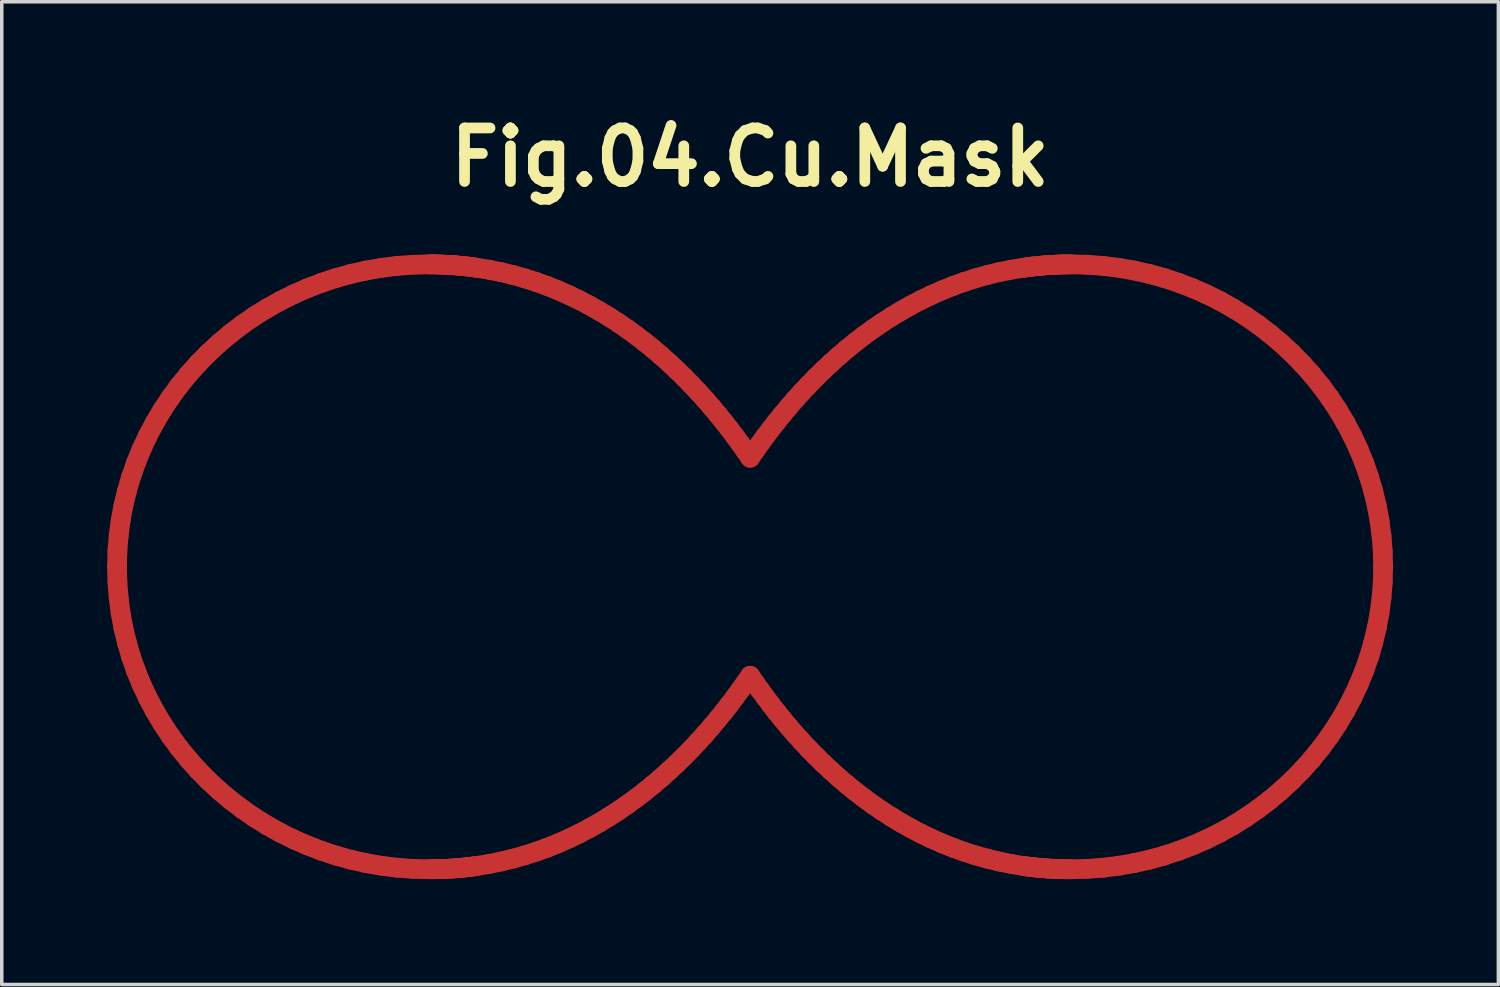
<source format=kicad_pcb>
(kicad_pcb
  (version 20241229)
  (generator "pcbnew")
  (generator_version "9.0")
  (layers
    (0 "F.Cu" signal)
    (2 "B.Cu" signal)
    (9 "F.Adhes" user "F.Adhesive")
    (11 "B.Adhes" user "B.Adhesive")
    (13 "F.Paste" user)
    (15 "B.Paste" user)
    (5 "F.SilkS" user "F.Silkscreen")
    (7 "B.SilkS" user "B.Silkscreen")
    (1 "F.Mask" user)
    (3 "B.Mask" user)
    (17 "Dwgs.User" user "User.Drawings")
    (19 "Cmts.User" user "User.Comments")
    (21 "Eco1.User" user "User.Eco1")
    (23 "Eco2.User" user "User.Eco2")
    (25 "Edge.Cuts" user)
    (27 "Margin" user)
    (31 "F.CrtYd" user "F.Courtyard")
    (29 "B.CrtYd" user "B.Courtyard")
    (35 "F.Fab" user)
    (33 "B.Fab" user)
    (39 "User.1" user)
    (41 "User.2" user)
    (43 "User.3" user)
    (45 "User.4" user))
  (footprint "Fig.04.Cu.Mask"
    (layer "F.Cu")
    (at 18.301 13.084)
    (property "Reference" "Fig.04.Cu.Mask" (at 0 -11.657 0) (layer "F.SilkS") (effects (font (size 1.524 1.524) (thickness 0.305))))
    (attr smd)
    (fp_line (start -18.02 0.001) (end -18.009 0.443) (stroke (width 0.561) (type solid)) (layer "F.Cu"))
    (fp_line (start -18.009 0.443) (end -17.974 0.88) (stroke (width 0.561) (type solid)) (layer "F.Cu"))
    (fp_line (start -18.009 -0.442) (end -18.02 0.001) (stroke (width 0.561) (type solid)) (layer "F.Cu"))
    (fp_line (start -17.974 0.88) (end -17.918 1.31) (stroke (width 0.561) (type solid)) (layer "F.Cu"))
    (fp_line (start -17.974 -0.878) (end -18.009 -0.442) (stroke (width 0.561) (type solid)) (layer "F.Cu"))
    (fp_line (start -17.918 1.31) (end -17.84 1.734) (stroke (width 0.561) (type solid)) (layer "F.Cu"))
    (fp_line (start -17.918 -1.309) (end -17.974 -0.878) (stroke (width 0.561) (type solid)) (layer "F.Cu"))
    (fp_line (start -17.84 1.734) (end -17.74 2.15) (stroke (width 0.561) (type solid)) (layer "F.Cu"))
    (fp_line (start -17.84 -1.732) (end -17.918 -1.309) (stroke (width 0.561) (type solid)) (layer "F.Cu"))
    (fp_line (start -17.74 2.15) (end -17.621 2.559) (stroke (width 0.561) (type solid)) (layer "F.Cu"))
    (fp_line (start -17.74 -2.148) (end -17.84 -1.732) (stroke (width 0.561) (type solid)) (layer "F.Cu"))
    (fp_line (start -17.621 2.559) (end -17.481 2.958) (stroke (width 0.561) (type solid)) (layer "F.Cu"))
    (fp_line (start -17.62 -2.557) (end -17.74 -2.148) (stroke (width 0.561) (type solid)) (layer "F.Cu"))
    (fp_line (start -17.481 2.958) (end -17.322 3.349) (stroke (width 0.561) (type solid)) (layer "F.Cu"))
    (fp_line (start -17.481 -2.957) (end -17.62 -2.557) (stroke (width 0.561) (type solid)) (layer "F.Cu"))
    (fp_line (start -17.322 3.349) (end -17.144 3.73) (stroke (width 0.561) (type solid)) (layer "F.Cu"))
    (fp_line (start -17.322 -3.347) (end -17.481 -2.957) (stroke (width 0.561) (type solid)) (layer "F.Cu"))
    (fp_line (start -17.144 3.73) (end -16.947 4.102) (stroke (width 0.561) (type solid)) (layer "F.Cu"))
    (fp_line (start -17.144 -3.729) (end -17.322 -3.347) (stroke (width 0.561) (type solid)) (layer "F.Cu"))
    (fp_line (start -16.947 4.102) (end -16.733 4.462) (stroke (width 0.561) (type solid)) (layer "F.Cu"))
    (fp_line (start -16.947 -4.1) (end -17.144 -3.729) (stroke (width 0.561) (type solid)) (layer "F.Cu"))
    (fp_line (start -16.733 4.462) (end -16.502 4.811) (stroke (width 0.561) (type solid)) (layer "F.Cu"))
    (fp_line (start -16.733 -4.461) (end -16.947 -4.1) (stroke (width 0.561) (type solid)) (layer "F.Cu"))
    (fp_line (start -16.502 4.811) (end -16.255 5.149) (stroke (width 0.561) (type solid)) (layer "F.Cu"))
    (fp_line (start -16.502 -4.81) (end -16.733 -4.461) (stroke (width 0.561) (type solid)) (layer "F.Cu"))
    (fp_line (start -16.255 5.149) (end -15.991 5.474) (stroke (width 0.561) (type solid)) (layer "F.Cu"))
    (fp_line (start -16.254 -5.148) (end -16.502 -4.81) (stroke (width 0.561) (type solid)) (layer "F.Cu"))
    (fp_line (start -15.991 5.474) (end -15.712 5.787) (stroke (width 0.561) (type solid)) (layer "F.Cu"))
    (fp_line (start -15.991 -5.473) (end -16.254 -5.148) (stroke (width 0.561) (type solid)) (layer "F.Cu"))
    (fp_line (start -15.712 5.787) (end -15.418 6.086) (stroke (width 0.561) (type solid)) (layer "F.Cu"))
    (fp_line (start -15.711 -5.786) (end -15.991 -5.473) (stroke (width 0.561) (type solid)) (layer "F.Cu"))
    (fp_line (start -15.418 6.086) (end -15.109 6.371) (stroke (width 0.561) (type solid)) (layer "F.Cu"))
    (fp_line (start -15.417 -6.085) (end -15.711 -5.786) (stroke (width 0.561) (type solid)) (layer "F.Cu"))
    (fp_line (start -15.109 6.371) (end -14.787 6.642) (stroke (width 0.561) (type solid)) (layer "F.Cu"))
    (fp_line (start -15.109 -6.37) (end -15.417 -6.085) (stroke (width 0.561) (type solid)) (layer "F.Cu"))
    (fp_line (start -14.787 6.642) (end -14.452 6.897) (stroke (width 0.561) (type solid)) (layer "F.Cu"))
    (fp_line (start -14.786 -6.641) (end -15.109 -6.37) (stroke (width 0.561) (type solid)) (layer "F.Cu"))
    (fp_line (start -14.452 6.897) (end -14.104 7.138) (stroke (width 0.561) (type solid)) (layer "F.Cu"))
    (fp_line (start -14.451 -6.897) (end -14.786 -6.641) (stroke (width 0.561) (type solid)) (layer "F.Cu"))
    (fp_line (start -14.104 7.138) (end -13.744 7.362) (stroke (width 0.561) (type solid)) (layer "F.Cu"))
    (fp_line (start -14.103 -7.137) (end -14.451 -6.897) (stroke (width 0.561) (type solid)) (layer "F.Cu"))
    (fp_line (start -13.744 7.362) (end -13.372 7.569) (stroke (width 0.561) (type solid)) (layer "F.Cu"))
    (fp_line (start -13.743 -7.361) (end -14.103 -7.137) (stroke (width 0.561) (type solid)) (layer "F.Cu"))
    (fp_line (start -13.372 7.569) (end -12.989 7.76) (stroke (width 0.561) (type solid)) (layer "F.Cu"))
    (fp_line (start -13.371 -7.569) (end -13.743 -7.361) (stroke (width 0.561) (type solid)) (layer "F.Cu"))
    (fp_line (start -12.989 7.76) (end -12.596 7.932) (stroke (width 0.561) (type solid)) (layer "F.Cu"))
    (fp_line (start -12.988 -7.759) (end -13.371 -7.569) (stroke (width 0.561) (type solid)) (layer "F.Cu"))
    (fp_line (start -12.596 7.932) (end -12.193 8.086) (stroke (width 0.561) (type solid)) (layer "F.Cu"))
    (fp_line (start -12.595 -7.932) (end -12.988 -7.759) (stroke (width 0.561) (type solid)) (layer "F.Cu"))
    (fp_line (start -12.193 8.086) (end -11.781 8.222) (stroke (width 0.561) (type solid)) (layer "F.Cu"))
    (fp_line (start -12.192 -8.086) (end -12.595 -7.932) (stroke (width 0.561) (type solid)) (layer "F.Cu"))
    (fp_line (start -11.781 8.222) (end -11.36 8.338) (stroke (width 0.561) (type solid)) (layer "F.Cu"))
    (fp_line (start -11.779 -8.222) (end -12.192 -8.086) (stroke (width 0.561) (type solid)) (layer "F.Cu"))
    (fp_line (start -11.36 8.338) (end -10.931 8.434) (stroke (width 0.561) (type solid)) (layer "F.Cu"))
    (fp_line (start -11.358 -8.338) (end -11.779 -8.222) (stroke (width 0.561) (type solid)) (layer "F.Cu"))
    (fp_line (start -10.931 8.434) (end -10.495 8.51) (stroke (width 0.561) (type solid)) (layer "F.Cu"))
    (fp_line (start -10.929 -8.434) (end -11.358 -8.338) (stroke (width 0.561) (type solid)) (layer "F.Cu"))
    (fp_line (start -10.495 8.51) (end -10.051 8.565) (stroke (width 0.561) (type solid)) (layer "F.Cu"))
    (fp_line (start -10.492 -8.51) (end -10.929 -8.434) (stroke (width 0.561) (type solid)) (layer "F.Cu"))
    (fp_line (start -10.051 8.565) (end -9.601 8.598) (stroke (width 0.561) (type solid)) (layer "F.Cu"))
    (fp_line (start -10.048 -8.565) (end -10.492 -8.51) (stroke (width 0.561) (type solid)) (layer "F.Cu"))
    (fp_line (start -9.601 8.598) (end -9.145 8.609) (stroke (width 0.561) (type solid)) (layer "F.Cu"))
    (fp_line (start -9.598 -8.598) (end -10.048 -8.565) (stroke (width 0.561) (type solid)) (layer "F.Cu"))
    (fp_line (start -9.145 8.609) (end -9.102 8.609) (stroke (width 0.561) (type solid)) (layer "F.Cu"))
    (fp_line (start -9.141 -8.609) (end -9.598 -8.598) (stroke (width 0.561) (type solid)) (layer "F.Cu"))
    (fp_line (start -9.102 8.609) (end -9.06 8.609) (stroke (width 0.561) (type solid)) (layer "F.Cu"))
    (fp_line (start -9.099 -8.609) (end -9.141 -8.609) (stroke (width 0.561) (type solid)) (layer "F.Cu"))
    (fp_line (start -9.06 8.609) (end -9.017 8.609) (stroke (width 0.561) (type solid)) (layer "F.Cu"))
    (fp_line (start -9.057 -8.609) (end -9.099 -8.609) (stroke (width 0.561) (type solid)) (layer "F.Cu"))
    (fp_line (start -9.017 8.609) (end -8.974 8.608) (stroke (width 0.561) (type solid)) (layer "F.Cu"))
    (fp_line (start -9.014 -8.609) (end -9.057 -8.609) (stroke (width 0.561) (type solid)) (layer "F.Cu"))
    (fp_line (start -8.974 8.608) (end -8.932 8.607) (stroke (width 0.561) (type solid)) (layer "F.Cu"))
    (fp_line (start -8.972 -8.608) (end -9.014 -8.609) (stroke (width 0.561) (type solid)) (layer "F.Cu"))
    (fp_line (start -8.932 8.607) (end -8.889 8.606) (stroke (width 0.561) (type solid)) (layer "F.Cu"))
    (fp_line (start -8.929 -8.607) (end -8.972 -8.608) (stroke (width 0.561) (type solid)) (layer "F.Cu"))
    (fp_line (start -8.889 8.606) (end -8.846 8.605) (stroke (width 0.561) (type solid)) (layer "F.Cu"))
    (fp_line (start -8.887 -8.606) (end -8.929 -8.607) (stroke (width 0.561) (type solid)) (layer "F.Cu"))
    (fp_line (start -8.846 8.605) (end -8.803 8.604) (stroke (width 0.561) (type solid)) (layer "F.Cu"))
    (fp_line (start -8.844 -8.605) (end -8.887 -8.606) (stroke (width 0.561) (type solid)) (layer "F.Cu"))
    (fp_line (start -8.803 8.604) (end -8.76 8.603) (stroke (width 0.561) (type solid)) (layer "F.Cu"))
    (fp_line (start -8.802 -8.604) (end -8.844 -8.605) (stroke (width 0.561) (type solid)) (layer "F.Cu"))
    (fp_line (start -8.76 8.603) (end -8.717 8.601) (stroke (width 0.561) (type solid)) (layer "F.Cu"))
    (fp_line (start -8.759 -8.602) (end -8.802 -8.604) (stroke (width 0.561) (type solid)) (layer "F.Cu"))
    (fp_line (start -8.717 8.601) (end -8.675 8.599) (stroke (width 0.561) (type solid)) (layer "F.Cu"))
    (fp_line (start -8.716 -8.6) (end -8.759 -8.602) (stroke (width 0.561) (type solid)) (layer "F.Cu"))
    (fp_line (start -8.675 8.599) (end -8.632 8.597) (stroke (width 0.561) (type solid)) (layer "F.Cu"))
    (fp_line (start -8.674 -8.598) (end -8.716 -8.6) (stroke (width 0.561) (type solid)) (layer "F.Cu"))
    (fp_line (start -8.632 8.597) (end -8.589 8.595) (stroke (width 0.561) (type solid)) (layer "F.Cu"))
    (fp_line (start -8.631 -8.596) (end -8.674 -8.598) (stroke (width 0.561) (type solid)) (layer "F.Cu"))
    (fp_line (start -8.589 8.595) (end -8.546 8.592) (stroke (width 0.561) (type solid)) (layer "F.Cu"))
    (fp_line (start -8.588 -8.594) (end -8.631 -8.596) (stroke (width 0.561) (type solid)) (layer "F.Cu"))
    (fp_line (start -8.546 8.592) (end -8.503 8.59) (stroke (width 0.561) (type solid)) (layer "F.Cu"))
    (fp_line (start -8.545 -8.591) (end -8.588 -8.594) (stroke (width 0.561) (type solid)) (layer "F.Cu"))
    (fp_line (start -8.503 8.59) (end -8.46 8.587) (stroke (width 0.561) (type solid)) (layer "F.Cu"))
    (fp_line (start -8.503 -8.589) (end -8.545 -8.591) (stroke (width 0.561) (type solid)) (layer "F.Cu"))
    (fp_line (start -8.46 8.587) (end -8.417 8.584) (stroke (width 0.561) (type solid)) (layer "F.Cu"))
    (fp_line (start -8.46 -8.586) (end -8.503 -8.589) (stroke (width 0.561) (type solid)) (layer "F.Cu"))
    (fp_line (start -8.417 8.584) (end -8.374 8.581) (stroke (width 0.561) (type solid)) (layer "F.Cu"))
    (fp_line (start -8.417 -8.583) (end -8.46 -8.586) (stroke (width 0.561) (type solid)) (layer "F.Cu"))
    (fp_line (start -8.374 8.581) (end -8.332 8.578) (stroke (width 0.561) (type solid)) (layer "F.Cu"))
    (fp_line (start -8.374 -8.579) (end -8.417 -8.583) (stroke (width 0.561) (type solid)) (layer "F.Cu"))
    (fp_line (start -8.332 8.578) (end -8.289 8.574) (stroke (width 0.561) (type solid)) (layer "F.Cu"))
    (fp_line (start -8.331 -8.576) (end -8.374 -8.579) (stroke (width 0.561) (type solid)) (layer "F.Cu"))
    (fp_line (start -8.289 8.574) (end -8.246 8.57) (stroke (width 0.561) (type solid)) (layer "F.Cu"))
    (fp_line (start -8.288 -8.572) (end -8.331 -8.576) (stroke (width 0.561) (type solid)) (layer "F.Cu"))
    (fp_line (start -8.246 8.57) (end -8.203 8.566) (stroke (width 0.561) (type solid)) (layer "F.Cu"))
    (fp_line (start -8.246 -8.568) (end -8.288 -8.572) (stroke (width 0.561) (type solid)) (layer "F.Cu"))
    (fp_line (start -8.203 8.566) (end -8.16 8.562) (stroke (width 0.561) (type solid)) (layer "F.Cu"))
    (fp_line (start -8.203 -8.564) (end -8.246 -8.568) (stroke (width 0.561) (type solid)) (layer "F.Cu"))
    (fp_line (start -8.16 8.562) (end -8.117 8.558) (stroke (width 0.561) (type solid)) (layer "F.Cu"))
    (fp_line (start -8.16 -8.56) (end -8.203 -8.564) (stroke (width 0.561) (type solid)) (layer "F.Cu"))
    (fp_line (start -8.117 8.558) (end -8.075 8.553) (stroke (width 0.561) (type solid)) (layer "F.Cu"))
    (fp_line (start -8.117 -8.556) (end -8.16 -8.56) (stroke (width 0.561) (type solid)) (layer "F.Cu"))
    (fp_line (start -8.075 8.553) (end -8.032 8.548) (stroke (width 0.561) (type solid)) (layer "F.Cu"))
    (fp_line (start -8.074 -8.551) (end -8.117 -8.556) (stroke (width 0.561) (type solid)) (layer "F.Cu"))
    (fp_line (start -8.032 8.548) (end -7.989 8.543) (stroke (width 0.561) (type solid)) (layer "F.Cu"))
    (fp_line (start -8.032 -8.546) (end -8.074 -8.551) (stroke (width 0.561) (type solid)) (layer "F.Cu"))
    (fp_line (start -7.989 8.543) (end -7.946 8.538) (stroke (width 0.561) (type solid)) (layer "F.Cu"))
    (fp_line (start -7.989 -8.541) (end -8.032 -8.546) (stroke (width 0.561) (type solid)) (layer "F.Cu"))
    (fp_line (start -7.946 8.538) (end -7.904 8.533) (stroke (width 0.561) (type solid)) (layer "F.Cu"))
    (fp_line (start -7.946 -8.536) (end -7.989 -8.541) (stroke (width 0.561) (type solid)) (layer "F.Cu"))
    (fp_line (start -7.904 8.533) (end -7.861 8.527) (stroke (width 0.561) (type solid)) (layer "F.Cu"))
    (fp_line (start -7.903 -8.53) (end -7.946 -8.536) (stroke (width 0.561) (type solid)) (layer "F.Cu"))
    (fp_line (start -7.861 8.527) (end -7.818 8.521) (stroke (width 0.561) (type solid)) (layer "F.Cu"))
    (fp_line (start -7.861 -8.524) (end -7.903 -8.53) (stroke (width 0.561) (type solid)) (layer "F.Cu"))
    (fp_line (start -7.818 8.521) (end -7.776 8.515) (stroke (width 0.561) (type solid)) (layer "F.Cu"))
    (fp_line (start -7.818 -8.518) (end -7.861 -8.524) (stroke (width 0.561) (type solid)) (layer "F.Cu"))
    (fp_line (start -7.776 8.515) (end -7.423 8.457) (stroke (width 0.561) (type solid)) (layer "F.Cu"))
    (fp_line (start -7.775 -8.512) (end -7.818 -8.518) (stroke (width 0.561) (type solid)) (layer "F.Cu"))
    (fp_line (start -7.423 8.457) (end -7.077 8.387) (stroke (width 0.561) (type solid)) (layer "F.Cu"))
    (fp_line (start -7.423 -8.455) (end -7.775 -8.512) (stroke (width 0.561) (type solid)) (layer "F.Cu"))
    (fp_line (start -7.077 8.387) (end -6.739 8.305) (stroke (width 0.561) (type solid)) (layer "F.Cu"))
    (fp_line (start -7.077 -8.385) (end -7.423 -8.455) (stroke (width 0.561) (type solid)) (layer "F.Cu"))
    (fp_line (start -6.739 8.305) (end -6.408 8.212) (stroke (width 0.561) (type solid)) (layer "F.Cu"))
    (fp_line (start -6.739 -8.303) (end -7.077 -8.385) (stroke (width 0.561) (type solid)) (layer "F.Cu"))
    (fp_line (start -6.408 8.212) (end -6.085 8.108) (stroke (width 0.561) (type solid)) (layer "F.Cu"))
    (fp_line (start -6.408 -8.21) (end -6.739 -8.303) (stroke (width 0.561) (type solid)) (layer "F.Cu"))
    (fp_line (start -6.085 8.108) (end -5.768 7.993) (stroke (width 0.561) (type solid)) (layer "F.Cu"))
    (fp_line (start -6.084 -8.106) (end -6.408 -8.21) (stroke (width 0.561) (type solid)) (layer "F.Cu"))
    (fp_line (start -5.768 7.993) (end -5.459 7.869) (stroke (width 0.561) (type solid)) (layer "F.Cu"))
    (fp_line (start -5.768 -7.992) (end -6.084 -8.106) (stroke (width 0.561) (type solid)) (layer "F.Cu"))
    (fp_line (start -5.459 7.869) (end -5.157 7.735) (stroke (width 0.561) (type solid)) (layer "F.Cu"))
    (fp_line (start -5.459 -7.867) (end -5.768 -7.992) (stroke (width 0.561) (type solid)) (layer "F.Cu"))
    (fp_line (start -5.157 7.735) (end -4.862 7.593) (stroke (width 0.561) (type solid)) (layer "F.Cu"))
    (fp_line (start -5.157 -7.734) (end -5.459 -7.867) (stroke (width 0.561) (type solid)) (layer "F.Cu"))
    (fp_line (start -4.862 7.593) (end -4.575 7.442) (stroke (width 0.561) (type solid)) (layer "F.Cu"))
    (fp_line (start -4.862 -7.592) (end -5.157 -7.734) (stroke (width 0.561) (type solid)) (layer "F.Cu"))
    (fp_line (start -4.575 7.442) (end -4.294 7.284) (stroke (width 0.561) (type solid)) (layer "F.Cu"))
    (fp_line (start -4.574 -7.441) (end -4.862 -7.592) (stroke (width 0.561) (type solid)) (layer "F.Cu"))
    (fp_line (start -4.294 7.284) (end -4.021 7.118) (stroke (width 0.561) (type solid)) (layer "F.Cu"))
    (fp_line (start -4.294 -7.283) (end -4.574 -7.441) (stroke (width 0.561) (type solid)) (layer "F.Cu"))
    (fp_line (start -4.021 7.118) (end -3.754 6.946) (stroke (width 0.561) (type solid)) (layer "F.Cu"))
    (fp_line (start -4.02 -7.118) (end -4.294 -7.283) (stroke (width 0.561) (type solid)) (layer "F.Cu"))
    (fp_line (start -3.754 6.946) (end -3.495 6.768) (stroke (width 0.561) (type solid)) (layer "F.Cu"))
    (fp_line (start -3.754 -6.946) (end -4.02 -7.118) (stroke (width 0.561) (type solid)) (layer "F.Cu"))
    (fp_line (start -3.495 6.768) (end -3.242 6.584) (stroke (width 0.561) (type solid)) (layer "F.Cu"))
    (fp_line (start -3.494 -6.768) (end -3.754 -6.946) (stroke (width 0.561) (type solid)) (layer "F.Cu"))
    (fp_line (start -3.242 6.584) (end -2.997 6.395) (stroke (width 0.561) (type solid)) (layer "F.Cu"))
    (fp_line (start -3.242 -6.584) (end -3.494 -6.768) (stroke (width 0.561) (type solid)) (layer "F.Cu"))
    (fp_line (start -2.997 6.395) (end -2.758 6.201) (stroke (width 0.561) (type solid)) (layer "F.Cu"))
    (fp_line (start -2.996 -6.395) (end -3.242 -6.584) (stroke (width 0.561) (type solid)) (layer "F.Cu"))
    (fp_line (start -2.758 6.201) (end -2.527 6.004) (stroke (width 0.561) (type solid)) (layer "F.Cu"))
    (fp_line (start -2.758 -6.202) (end -2.996 -6.395) (stroke (width 0.561) (type solid)) (layer "F.Cu"))
    (fp_line (start -2.527 6.004) (end -2.302 5.802) (stroke (width 0.561) (type solid)) (layer "F.Cu"))
    (fp_line (start -2.526 -6.004) (end -2.758 -6.202) (stroke (width 0.561) (type solid)) (layer "F.Cu"))
    (fp_line (start -2.302 5.802) (end -2.084 5.598) (stroke (width 0.561) (type solid)) (layer "F.Cu"))
    (fp_line (start -2.302 -5.803) (end -2.526 -6.004) (stroke (width 0.561) (type solid)) (layer "F.Cu"))
    (fp_line (start -2.084 5.598) (end -1.873 5.391) (stroke (width 0.561) (type solid)) (layer "F.Cu"))
    (fp_line (start -2.084 -5.599) (end -2.302 -5.803) (stroke (width 0.561) (type solid)) (layer "F.Cu"))
    (fp_line (start -1.873 5.391) (end -1.669 5.183) (stroke (width 0.561) (type solid)) (layer "F.Cu"))
    (fp_line (start -1.873 -5.393) (end -2.084 -5.599) (stroke (width 0.561) (type solid)) (layer "F.Cu"))
    (fp_line (start -1.669 5.183) (end -1.472 4.973) (stroke (width 0.561) (type solid)) (layer "F.Cu"))
    (fp_line (start -1.669 -5.184) (end -1.873 -5.393) (stroke (width 0.561) (type solid)) (layer "F.Cu"))
    (fp_line (start -1.472 4.973) (end -1.281 4.762) (stroke (width 0.561) (type solid)) (layer "F.Cu"))
    (fp_line (start -1.472 -4.974) (end -1.669 -5.184) (stroke (width 0.561) (type solid)) (layer "F.Cu"))
    (fp_line (start -1.281 4.762) (end -1.098 4.55) (stroke (width 0.561) (type solid)) (layer "F.Cu"))
    (fp_line (start -1.281 -4.763) (end -1.472 -4.974) (stroke (width 0.561) (type solid)) (layer "F.Cu"))
    (fp_line (start -1.098 4.55) (end -0.921 4.339) (stroke (width 0.561) (type solid)) (layer "F.Cu"))
    (fp_line (start -1.097 -4.552) (end -1.281 -4.763) (stroke (width 0.561) (type solid)) (layer "F.Cu"))
    (fp_line (start -0.921 4.339) (end -0.75 4.128) (stroke (width 0.561) (type solid)) (layer "F.Cu"))
    (fp_line (start -0.92 -4.341) (end -1.097 -4.552) (stroke (width 0.561) (type solid)) (layer "F.Cu"))
    (fp_line (start -0.75 4.128) (end -0.586 3.918) (stroke (width 0.561) (type solid)) (layer "F.Cu"))
    (fp_line (start -0.75 -4.13) (end -0.92 -4.341) (stroke (width 0.561) (type solid)) (layer "F.Cu"))
    (fp_line (start -0.586 3.918) (end -0.429 3.71) (stroke (width 0.561) (type solid)) (layer "F.Cu"))
    (fp_line (start -0.586 -3.921) (end -0.75 -4.13) (stroke (width 0.561) (type solid)) (layer "F.Cu"))
    (fp_line (start -0.429 3.71) (end -0.279 3.505) (stroke (width 0.561) (type solid)) (layer "F.Cu"))
    (fp_line (start -0.429 -3.713) (end -0.586 -3.921) (stroke (width 0.561) (type solid)) (layer "F.Cu"))
    (fp_line (start -0.279 3.505) (end -0.135 3.302) (stroke (width 0.561) (type solid)) (layer "F.Cu"))
    (fp_line (start -0.279 -3.508) (end -0.429 -3.713) (stroke (width 0.561) (type solid)) (layer "F.Cu"))
    (fp_line (start -0.135 3.302) (end 0.002 3.102) (stroke (width 0.561) (type solid)) (layer "F.Cu"))
    (fp_line (start -0.135 -3.305) (end -0.279 -3.508) (stroke (width 0.561) (type solid)) (layer "F.Cu"))
    (fp_line (start 0.002 3.102) (end 0.139 3.302) (stroke (width 0.561) (type solid)) (layer "F.Cu"))
    (fp_line (start 0.003 -3.105) (end -0.135 -3.305) (stroke (width 0.561) (type solid)) (layer "F.Cu"))
    (fp_line (start 0.139 3.302) (end 0.283 3.505) (stroke (width 0.561) (type solid)) (layer "F.Cu"))
    (fp_line (start 0.139 -3.305) (end 0.003 -3.105) (stroke (width 0.561) (type solid)) (layer "F.Cu"))
    (fp_line (start 0.283 3.505) (end 0.433 3.71) (stroke (width 0.561) (type solid)) (layer "F.Cu"))
    (fp_line (start 0.283 -3.508) (end 0.139 -3.305) (stroke (width 0.561) (type solid)) (layer "F.Cu"))
    (fp_line (start 0.433 3.71) (end 0.589 3.918) (stroke (width 0.561) (type solid)) (layer "F.Cu"))
    (fp_line (start 0.433 -3.713) (end 0.283 -3.508) (stroke (width 0.561) (type solid)) (layer "F.Cu"))
    (fp_line (start 0.589 3.918) (end 0.753 4.128) (stroke (width 0.561) (type solid)) (layer "F.Cu"))
    (fp_line (start 0.59 -3.921) (end 0.433 -3.713) (stroke (width 0.561) (type solid)) (layer "F.Cu"))
    (fp_line (start 0.753 4.128) (end 0.923 4.339) (stroke (width 0.561) (type solid)) (layer "F.Cu"))
    (fp_line (start 0.753 -4.13) (end 0.59 -3.921) (stroke (width 0.561) (type solid)) (layer "F.Cu"))
    (fp_line (start 0.923 4.339) (end 1.1 4.55) (stroke (width 0.561) (type solid)) (layer "F.Cu"))
    (fp_line (start 0.923 -4.341) (end 0.753 -4.13) (stroke (width 0.561) (type solid)) (layer "F.Cu"))
    (fp_line (start 1.1 4.55) (end 1.283 4.762) (stroke (width 0.561) (type solid)) (layer "F.Cu"))
    (fp_line (start 1.1 -4.552) (end 0.923 -4.341) (stroke (width 0.561) (type solid)) (layer "F.Cu"))
    (fp_line (start 1.283 4.762) (end 1.473 4.973) (stroke (width 0.561) (type solid)) (layer "F.Cu"))
    (fp_line (start 1.283 -4.763) (end 1.1 -4.552) (stroke (width 0.561) (type solid)) (layer "F.Cu"))
    (fp_line (start 1.473 4.973) (end 1.671 5.183) (stroke (width 0.561) (type solid)) (layer "F.Cu"))
    (fp_line (start 1.474 -4.974) (end 1.283 -4.763) (stroke (width 0.561) (type solid)) (layer "F.Cu"))
    (fp_line (start 1.671 5.183) (end 1.874 5.391) (stroke (width 0.561) (type solid)) (layer "F.Cu"))
    (fp_line (start 1.671 -5.184) (end 1.474 -4.974) (stroke (width 0.561) (type solid)) (layer "F.Cu"))
    (fp_line (start 1.874 5.391) (end 2.085 5.598) (stroke (width 0.561) (type solid)) (layer "F.Cu"))
    (fp_line (start 1.875 -5.393) (end 1.671 -5.184) (stroke (width 0.561) (type solid)) (layer "F.Cu"))
    (fp_line (start 2.085 5.598) (end 2.303 5.802) (stroke (width 0.561) (type solid)) (layer "F.Cu"))
    (fp_line (start 2.086 -5.599) (end 1.875 -5.393) (stroke (width 0.561) (type solid)) (layer "F.Cu"))
    (fp_line (start 2.303 5.802) (end 2.527 6.004) (stroke (width 0.561) (type solid)) (layer "F.Cu"))
    (fp_line (start 2.303 -5.803) (end 2.086 -5.599) (stroke (width 0.561) (type solid)) (layer "F.Cu"))
    (fp_line (start 2.527 6.004) (end 2.759 6.201) (stroke (width 0.561) (type solid)) (layer "F.Cu"))
    (fp_line (start 2.528 -6.004) (end 2.303 -5.803) (stroke (width 0.561) (type solid)) (layer "F.Cu"))
    (fp_line (start 2.759 6.201) (end 2.997 6.395) (stroke (width 0.561) (type solid)) (layer "F.Cu"))
    (fp_line (start 2.759 -6.202) (end 2.528 -6.004) (stroke (width 0.561) (type solid)) (layer "F.Cu"))
    (fp_line (start 2.997 6.395) (end 3.243 6.584) (stroke (width 0.561) (type solid)) (layer "F.Cu"))
    (fp_line (start 2.998 -6.395) (end 2.759 -6.202) (stroke (width 0.561) (type solid)) (layer "F.Cu"))
    (fp_line (start 3.243 6.584) (end 3.495 6.768) (stroke (width 0.561) (type solid)) (layer "F.Cu"))
    (fp_line (start 3.243 -6.584) (end 2.998 -6.395) (stroke (width 0.561) (type solid)) (layer "F.Cu"))
    (fp_line (start 3.495 6.768) (end 3.754 6.946) (stroke (width 0.561) (type solid)) (layer "F.Cu"))
    (fp_line (start 3.495 -6.768) (end 3.243 -6.584) (stroke (width 0.561) (type solid)) (layer "F.Cu"))
    (fp_line (start 3.754 6.946) (end 4.021 7.118) (stroke (width 0.561) (type solid)) (layer "F.Cu"))
    (fp_line (start 3.755 -6.946) (end 3.495 -6.768) (stroke (width 0.561) (type solid)) (layer "F.Cu"))
    (fp_line (start 4.021 7.118) (end 4.294 7.284) (stroke (width 0.561) (type solid)) (layer "F.Cu"))
    (fp_line (start 4.021 -7.118) (end 3.755 -6.946) (stroke (width 0.561) (type solid)) (layer "F.Cu"))
    (fp_line (start 4.294 7.284) (end 4.575 7.442) (stroke (width 0.561) (type solid)) (layer "F.Cu"))
    (fp_line (start 4.295 -7.283) (end 4.021 -7.118) (stroke (width 0.561) (type solid)) (layer "F.Cu"))
    (fp_line (start 4.575 7.442) (end 4.863 7.593) (stroke (width 0.561) (type solid)) (layer "F.Cu"))
    (fp_line (start 4.575 -7.441) (end 4.295 -7.283) (stroke (width 0.561) (type solid)) (layer "F.Cu"))
    (fp_line (start 4.863 7.593) (end 5.157 7.735) (stroke (width 0.561) (type solid)) (layer "F.Cu"))
    (fp_line (start 4.863 -7.592) (end 4.575 -7.441) (stroke (width 0.561) (type solid)) (layer "F.Cu"))
    (fp_line (start 5.157 7.735) (end 5.459 7.869) (stroke (width 0.561) (type solid)) (layer "F.Cu"))
    (fp_line (start 5.158 -7.734) (end 4.863 -7.592) (stroke (width 0.561) (type solid)) (layer "F.Cu"))
    (fp_line (start 5.459 7.869) (end 5.769 7.993) (stroke (width 0.561) (type solid)) (layer "F.Cu"))
    (fp_line (start 5.46 -7.867) (end 5.158 -7.734) (stroke (width 0.561) (type solid)) (layer "F.Cu"))
    (fp_line (start 5.769 7.993) (end 6.085 8.108) (stroke (width 0.561) (type solid)) (layer "F.Cu"))
    (fp_line (start 5.769 -7.992) (end 5.46 -7.867) (stroke (width 0.561) (type solid)) (layer "F.Cu"))
    (fp_line (start 6.085 8.108) (end 6.409 8.212) (stroke (width 0.561) (type solid)) (layer "F.Cu"))
    (fp_line (start 6.085 -8.106) (end 5.769 -7.992) (stroke (width 0.561) (type solid)) (layer "F.Cu"))
    (fp_line (start 6.409 8.212) (end 6.74 8.305) (stroke (width 0.561) (type solid)) (layer "F.Cu"))
    (fp_line (start 6.409 -8.21) (end 6.085 -8.106) (stroke (width 0.561) (type solid)) (layer "F.Cu"))
    (fp_line (start 6.74 8.305) (end 7.078 8.387) (stroke (width 0.561) (type solid)) (layer "F.Cu"))
    (fp_line (start 6.74 -8.303) (end 6.409 -8.21) (stroke (width 0.561) (type solid)) (layer "F.Cu"))
    (fp_line (start 7.078 8.387) (end 7.424 8.457) (stroke (width 0.561) (type solid)) (layer "F.Cu"))
    (fp_line (start 7.078 -8.385) (end 6.74 -8.303) (stroke (width 0.561) (type solid)) (layer "F.Cu"))
    (fp_line (start 7.424 8.457) (end 7.777 8.515) (stroke (width 0.561) (type solid)) (layer "F.Cu"))
    (fp_line (start 7.424 -8.455) (end 7.078 -8.385) (stroke (width 0.561) (type solid)) (layer "F.Cu"))
    (fp_line (start 7.777 8.515) (end 7.819 8.521) (stroke (width 0.561) (type solid)) (layer "F.Cu"))
    (fp_line (start 7.777 -8.512) (end 7.424 -8.455) (stroke (width 0.561) (type solid)) (layer "F.Cu"))
    (fp_line (start 7.819 8.521) (end 7.862 8.527) (stroke (width 0.561) (type solid)) (layer "F.Cu"))
    (fp_line (start 7.82 -8.518) (end 7.777 -8.512) (stroke (width 0.561) (type solid)) (layer "F.Cu"))
    (fp_line (start 7.862 8.527) (end 7.905 8.533) (stroke (width 0.561) (type solid)) (layer "F.Cu"))
    (fp_line (start 7.862 -8.524) (end 7.82 -8.518) (stroke (width 0.561) (type solid)) (layer "F.Cu"))
    (fp_line (start 7.905 8.533) (end 7.947 8.538) (stroke (width 0.561) (type solid)) (layer "F.Cu"))
    (fp_line (start 7.905 -8.53) (end 7.862 -8.524) (stroke (width 0.561) (type solid)) (layer "F.Cu"))
    (fp_line (start 7.947 8.538) (end 7.99 8.543) (stroke (width 0.561) (type solid)) (layer "F.Cu"))
    (fp_line (start 7.948 -8.536) (end 7.905 -8.53) (stroke (width 0.561) (type solid)) (layer "F.Cu"))
    (fp_line (start 7.99 8.543) (end 8.033 8.548) (stroke (width 0.561) (type solid)) (layer "F.Cu"))
    (fp_line (start 7.99 -8.541) (end 7.948 -8.536) (stroke (width 0.561) (type solid)) (layer "F.Cu"))
    (fp_line (start 8.033 8.548) (end 8.075 8.553) (stroke (width 0.561) (type solid)) (layer "F.Cu"))
    (fp_line (start 8.033 -8.546) (end 7.99 -8.541) (stroke (width 0.561) (type solid)) (layer "F.Cu"))
    (fp_line (start 8.075 8.553) (end 8.118 8.558) (stroke (width 0.561) (type solid)) (layer "F.Cu"))
    (fp_line (start 8.076 -8.551) (end 8.033 -8.546) (stroke (width 0.561) (type solid)) (layer "F.Cu"))
    (fp_line (start 8.118 8.558) (end 8.161 8.562) (stroke (width 0.561) (type solid)) (layer "F.Cu"))
    (fp_line (start 8.118 -8.555) (end 8.076 -8.551) (stroke (width 0.561) (type solid)) (layer "F.Cu"))
    (fp_line (start 8.161 8.562) (end 8.204 8.566) (stroke (width 0.561) (type solid)) (layer "F.Cu"))
    (fp_line (start 8.161 -8.56) (end 8.118 -8.555) (stroke (width 0.561) (type solid)) (layer "F.Cu"))
    (fp_line (start 8.204 8.566) (end 8.247 8.57) (stroke (width 0.561) (type solid)) (layer "F.Cu"))
    (fp_line (start 8.204 -8.564) (end 8.161 -8.56) (stroke (width 0.561) (type solid)) (layer "F.Cu"))
    (fp_line (start 8.247 8.57) (end 8.289 8.574) (stroke (width 0.561) (type solid)) (layer "F.Cu"))
    (fp_line (start 8.247 -8.568) (end 8.204 -8.564) (stroke (width 0.561) (type solid)) (layer "F.Cu"))
    (fp_line (start 8.289 8.574) (end 8.332 8.577) (stroke (width 0.561) (type solid)) (layer "F.Cu"))
    (fp_line (start 8.29 -8.572) (end 8.247 -8.568) (stroke (width 0.561) (type solid)) (layer "F.Cu"))
    (fp_line (start 8.332 8.577) (end 8.375 8.581) (stroke (width 0.561) (type solid)) (layer "F.Cu"))
    (fp_line (start 8.332 -8.576) (end 8.29 -8.572) (stroke (width 0.561) (type solid)) (layer "F.Cu"))
    (fp_line (start 8.375 8.581) (end 8.418 8.584) (stroke (width 0.561) (type solid)) (layer "F.Cu"))
    (fp_line (start 8.375 -8.579) (end 8.332 -8.576) (stroke (width 0.561) (type solid)) (layer "F.Cu"))
    (fp_line (start 8.418 8.584) (end 8.461 8.587) (stroke (width 0.561) (type solid)) (layer "F.Cu"))
    (fp_line (start 8.418 -8.583) (end 8.375 -8.579) (stroke (width 0.561) (type solid)) (layer "F.Cu"))
    (fp_line (start 8.461 -8.586) (end 8.418 -8.583) (stroke (width 0.561) (type solid)) (layer "F.Cu"))
    (fp_line (start 8.461 8.587) (end 8.504 8.59) (stroke (width 0.561) (type solid)) (layer "F.Cu"))
    (fp_line (start 8.504 -8.589) (end 8.461 -8.586) (stroke (width 0.561) (type solid)) (layer "F.Cu"))
    (fp_line (start 8.504 8.59) (end 8.547 8.592) (stroke (width 0.561) (type solid)) (layer "F.Cu"))
    (fp_line (start 8.546 -8.591) (end 8.504 -8.589) (stroke (width 0.561) (type solid)) (layer "F.Cu"))
    (fp_line (start 8.547 8.592) (end 8.589 8.595) (stroke (width 0.561) (type solid)) (layer "F.Cu"))
    (fp_line (start 8.589 -8.594) (end 8.546 -8.591) (stroke (width 0.561) (type solid)) (layer "F.Cu"))
    (fp_line (start 8.589 8.595) (end 8.632 8.597) (stroke (width 0.561) (type solid)) (layer "F.Cu"))
    (fp_line (start 8.632 -8.596) (end 8.589 -8.594) (stroke (width 0.561) (type solid)) (layer "F.Cu"))
    (fp_line (start 8.632 8.597) (end 8.675 8.599) (stroke (width 0.561) (type solid)) (layer "F.Cu"))
    (fp_line (start 8.674 -8.598) (end 8.632 -8.596) (stroke (width 0.561) (type solid)) (layer "F.Cu"))
    (fp_line (start 8.675 8.599) (end 8.718 8.601) (stroke (width 0.561) (type solid)) (layer "F.Cu"))
    (fp_line (start 8.717 -8.6) (end 8.674 -8.598) (stroke (width 0.561) (type solid)) (layer "F.Cu"))
    (fp_line (start 8.718 8.601) (end 8.761 8.602) (stroke (width 0.561) (type solid)) (layer "F.Cu"))
    (fp_line (start 8.76 -8.602) (end 8.717 -8.6) (stroke (width 0.561) (type solid)) (layer "F.Cu"))
    (fp_line (start 8.761 8.602) (end 8.804 8.604) (stroke (width 0.561) (type solid)) (layer "F.Cu"))
    (fp_line (start 8.803 -8.604) (end 8.76 -8.602) (stroke (width 0.561) (type solid)) (layer "F.Cu"))
    (fp_line (start 8.804 8.604) (end 8.846 8.605) (stroke (width 0.561) (type solid)) (layer "F.Cu"))
    (fp_line (start 8.845 -8.605) (end 8.803 -8.604) (stroke (width 0.561) (type solid)) (layer "F.Cu"))
    (fp_line (start 8.846 8.605) (end 8.889 8.606) (stroke (width 0.561) (type solid)) (layer "F.Cu"))
    (fp_line (start 8.888 -8.606) (end 8.845 -8.605) (stroke (width 0.561) (type solid)) (layer "F.Cu"))
    (fp_line (start 8.889 8.606) (end 8.932 8.607) (stroke (width 0.561) (type solid)) (layer "F.Cu"))
    (fp_line (start 8.93 -8.607) (end 8.888 -8.606) (stroke (width 0.561) (type solid)) (layer "F.Cu"))
    (fp_line (start 8.932 8.607) (end 8.975 8.608) (stroke (width 0.561) (type solid)) (layer "F.Cu"))
    (fp_line (start 8.973 -8.608) (end 8.93 -8.607) (stroke (width 0.561) (type solid)) (layer "F.Cu"))
    (fp_line (start 8.975 8.608) (end 9.018 8.609) (stroke (width 0.561) (type solid)) (layer "F.Cu"))
    (fp_line (start 9.015 -8.609) (end 8.973 -8.608) (stroke (width 0.561) (type solid)) (layer "F.Cu"))
    (fp_line (start 9.018 8.609) (end 9.06 8.609) (stroke (width 0.561) (type solid)) (layer "F.Cu"))
    (fp_line (start 9.058 -8.609) (end 9.015 -8.609) (stroke (width 0.561) (type solid)) (layer "F.Cu"))
    (fp_line (start 9.06 8.609) (end 9.103 8.609) (stroke (width 0.561) (type solid)) (layer "F.Cu"))
    (fp_line (start 9.1 -8.609) (end 9.058 -8.609) (stroke (width 0.561) (type solid)) (layer "F.Cu"))
    (fp_line (start 9.103 8.609) (end 9.146 8.609) (stroke (width 0.561) (type solid)) (layer "F.Cu"))
    (fp_line (start 9.143 -8.609) (end 9.1 -8.609) (stroke (width 0.561) (type solid)) (layer "F.Cu"))
    (fp_line (start 9.146 8.609) (end 9.602 8.598) (stroke (width 0.561) (type solid)) (layer "F.Cu"))
    (fp_line (start 9.599 -8.598) (end 9.143 -8.609) (stroke (width 0.561) (type solid)) (layer "F.Cu"))
    (fp_line (start 9.602 8.598) (end 10.052 8.565) (stroke (width 0.561) (type solid)) (layer "F.Cu"))
    (fp_line (start 10.049 -8.565) (end 9.599 -8.598) (stroke (width 0.561) (type solid)) (layer "F.Cu"))
    (fp_line (start 10.052 8.565) (end 10.496 8.51) (stroke (width 0.561) (type solid)) (layer "F.Cu"))
    (fp_line (start 10.493 -8.51) (end 10.049 -8.565) (stroke (width 0.561) (type solid)) (layer "F.Cu"))
    (fp_line (start 10.496 8.51) (end 10.932 8.434) (stroke (width 0.561) (type solid)) (layer "F.Cu"))
    (fp_line (start 10.93 -8.434) (end 10.493 -8.51) (stroke (width 0.561) (type solid)) (layer "F.Cu"))
    (fp_line (start 10.932 8.434) (end 11.361 8.338) (stroke (width 0.561) (type solid)) (layer "F.Cu"))
    (fp_line (start 11.359 -8.338) (end 10.93 -8.434) (stroke (width 0.561) (type solid)) (layer "F.Cu"))
    (fp_line (start 11.361 8.338) (end 11.782 8.222) (stroke (width 0.561) (type solid)) (layer "F.Cu"))
    (fp_line (start 11.78 -8.222) (end 11.359 -8.338) (stroke (width 0.561) (type solid)) (layer "F.Cu"))
    (fp_line (start 11.782 8.222) (end 12.194 8.086) (stroke (width 0.561) (type solid)) (layer "F.Cu"))
    (fp_line (start 12.192 -8.086) (end 11.78 -8.222) (stroke (width 0.561) (type solid)) (layer "F.Cu"))
    (fp_line (start 12.194 8.086) (end 12.597 7.932) (stroke (width 0.561) (type solid)) (layer "F.Cu"))
    (fp_line (start 12.595 -7.932) (end 12.192 -8.086) (stroke (width 0.561) (type solid)) (layer "F.Cu"))
    (fp_line (start 12.597 7.932) (end 12.99 7.759) (stroke (width 0.561) (type solid)) (layer "F.Cu"))
    (fp_line (start 12.988 -7.759) (end 12.595 -7.932) (stroke (width 0.561) (type solid)) (layer "F.Cu"))
    (fp_line (start 12.99 7.759) (end 13.373 7.569) (stroke (width 0.561) (type solid)) (layer "F.Cu"))
    (fp_line (start 13.371 -7.569) (end 12.988 -7.759) (stroke (width 0.561) (type solid)) (layer "F.Cu"))
    (fp_line (start 13.373 7.569) (end 13.745 7.362) (stroke (width 0.561) (type solid)) (layer "F.Cu"))
    (fp_line (start 13.742 -7.361) (end 13.371 -7.569) (stroke (width 0.561) (type solid)) (layer "F.Cu"))
    (fp_line (start 13.745 7.362) (end 14.105 7.137) (stroke (width 0.561) (type solid)) (layer "F.Cu"))
    (fp_line (start 14.103 -7.137) (end 13.742 -7.361) (stroke (width 0.561) (type solid)) (layer "F.Cu"))
    (fp_line (start 14.105 7.137) (end 14.453 6.897) (stroke (width 0.561) (type solid)) (layer "F.Cu"))
    (fp_line (start 14.451 -6.897) (end 14.103 -7.137) (stroke (width 0.561) (type solid)) (layer "F.Cu"))
    (fp_line (start 14.453 6.897) (end 14.788 6.642) (stroke (width 0.561) (type solid)) (layer "F.Cu"))
    (fp_line (start 14.786 -6.641) (end 14.451 -6.897) (stroke (width 0.561) (type solid)) (layer "F.Cu"))
    (fp_line (start 14.788 6.642) (end 15.11 6.371) (stroke (width 0.561) (type solid)) (layer "F.Cu"))
    (fp_line (start 15.109 -6.37) (end 14.786 -6.641) (stroke (width 0.561) (type solid)) (layer "F.Cu"))
    (fp_line (start 15.11 6.371) (end 15.418 6.086) (stroke (width 0.561) (type solid)) (layer "F.Cu"))
    (fp_line (start 15.417 -6.085) (end 15.109 -6.37) (stroke (width 0.561) (type solid)) (layer "F.Cu"))
    (fp_line (start 15.418 6.086) (end 15.712 5.787) (stroke (width 0.561) (type solid)) (layer "F.Cu"))
    (fp_line (start 15.711 -5.786) (end 15.417 -6.085) (stroke (width 0.561) (type solid)) (layer "F.Cu"))
    (fp_line (start 15.712 5.787) (end 15.992 5.474) (stroke (width 0.561) (type solid)) (layer "F.Cu"))
    (fp_line (start 15.99 -5.473) (end 15.711 -5.786) (stroke (width 0.561) (type solid)) (layer "F.Cu"))
    (fp_line (start 15.992 5.474) (end 16.255 5.149) (stroke (width 0.561) (type solid)) (layer "F.Cu"))
    (fp_line (start 16.254 -5.148) (end 15.99 -5.473) (stroke (width 0.561) (type solid)) (layer "F.Cu"))
    (fp_line (start 16.255 5.149) (end 16.503 4.811) (stroke (width 0.561) (type solid)) (layer "F.Cu"))
    (fp_line (start 16.502 -4.81) (end 16.254 -5.148) (stroke (width 0.561) (type solid)) (layer "F.Cu"))
    (fp_line (start 16.503 4.811) (end 16.734 4.462) (stroke (width 0.561) (type solid)) (layer "F.Cu"))
    (fp_line (start 16.733 -4.461) (end 16.502 -4.81) (stroke (width 0.561) (type solid)) (layer "F.Cu"))
    (fp_line (start 16.734 4.462) (end 16.948 4.101) (stroke (width 0.561) (type solid)) (layer "F.Cu"))
    (fp_line (start 16.947 -4.1) (end 16.733 -4.461) (stroke (width 0.561) (type solid)) (layer "F.Cu"))
    (fp_line (start 16.948 4.101) (end 17.144 3.73) (stroke (width 0.561) (type solid)) (layer "F.Cu"))
    (fp_line (start 17.143 -3.729) (end 16.947 -4.1) (stroke (width 0.561) (type solid)) (layer "F.Cu"))
    (fp_line (start 17.144 3.73) (end 17.322 3.349) (stroke (width 0.561) (type solid)) (layer "F.Cu"))
    (fp_line (start 17.321 -3.347) (end 17.143 -3.729) (stroke (width 0.561) (type solid)) (layer "F.Cu"))
    (fp_line (start 17.322 3.349) (end 17.481 2.958) (stroke (width 0.561) (type solid)) (layer "F.Cu"))
    (fp_line (start 17.481 -2.957) (end 17.321 -3.347) (stroke (width 0.561) (type solid)) (layer "F.Cu"))
    (fp_line (start 17.481 2.958) (end 17.621 2.558) (stroke (width 0.561) (type solid)) (layer "F.Cu"))
    (fp_line (start 17.62 -2.557) (end 17.481 -2.957) (stroke (width 0.561) (type solid)) (layer "F.Cu"))
    (fp_line (start 17.621 2.558) (end 17.74 2.15) (stroke (width 0.561) (type solid)) (layer "F.Cu"))
    (fp_line (start 17.74 -2.148) (end 17.62 -2.557) (stroke (width 0.561) (type solid)) (layer "F.Cu"))
    (fp_line (start 17.74 2.15) (end 17.84 1.734) (stroke (width 0.561) (type solid)) (layer "F.Cu"))
    (fp_line (start 17.839 -1.732) (end 17.74 -2.148) (stroke (width 0.561) (type solid)) (layer "F.Cu"))
    (fp_line (start 17.84 1.734) (end 17.918 1.31) (stroke (width 0.561) (type solid)) (layer "F.Cu"))
    (fp_line (start 17.918 -1.309) (end 17.839 -1.732) (stroke (width 0.561) (type solid)) (layer "F.Cu"))
    (fp_line (start 17.918 1.31) (end 17.974 0.88) (stroke (width 0.561) (type solid)) (layer "F.Cu"))
    (fp_line (start 17.974 -0.878) (end 17.918 -1.309) (stroke (width 0.561) (type solid)) (layer "F.Cu"))
    (fp_line (start 17.974 0.88) (end 18.009 0.443) (stroke (width 0.561) (type solid)) (layer "F.Cu"))
    (fp_line (start 18.009 -0.442) (end 17.974 -0.878) (stroke (width 0.561) (type solid)) (layer "F.Cu"))
    (fp_line (start 18.009 0.443) (end 18.02 0.001) (stroke (width 0.561) (type solid)) (layer "F.Cu"))
    (fp_line (start 18.02 0.001) (end 18.009 -0.442) (stroke (width 0.561) (type solid)) (layer "F.Cu"))
    (fp_line (start 18.02 0.001) (end 18.02 0.001) (stroke (width 0.561) (type solid)) (layer "F.Cu"))
    (fp_line (start -18.02 0.001) (end -18.009 0.443) (stroke (width 0.561) (type solid)) (layer "F.Mask"))
    (fp_line (start -18.009 0.443) (end -17.974 0.88) (stroke (width 0.561) (type solid)) (layer "F.Mask"))
    (fp_line (start -18.009 -0.442) (end -18.02 0.001) (stroke (width 0.561) (type solid)) (layer "F.Mask"))
    (fp_line (start -17.974 0.88) (end -17.918 1.31) (stroke (width 0.561) (type solid)) (layer "F.Mask"))
    (fp_line (start -17.974 -0.878) (end -18.009 -0.442) (stroke (width 0.561) (type solid)) (layer "F.Mask"))
    (fp_line (start -17.918 1.31) (end -17.84 1.734) (stroke (width 0.561) (type solid)) (layer "F.Mask"))
    (fp_line (start -17.918 -1.309) (end -17.974 -0.878) (stroke (width 0.561) (type solid)) (layer "F.Mask"))
    (fp_line (start -17.84 1.734) (end -17.74 2.15) (stroke (width 0.561) (type solid)) (layer "F.Mask"))
    (fp_line (start -17.84 -1.732) (end -17.918 -1.309) (stroke (width 0.561) (type solid)) (layer "F.Mask"))
    (fp_line (start -17.74 2.15) (end -17.621 2.559) (stroke (width 0.561) (type solid)) (layer "F.Mask"))
    (fp_line (start -17.74 -2.148) (end -17.84 -1.732) (stroke (width 0.561) (type solid)) (layer "F.Mask"))
    (fp_line (start -17.621 2.559) (end -17.481 2.958) (stroke (width 0.561) (type solid)) (layer "F.Mask"))
    (fp_line (start -17.62 -2.557) (end -17.74 -2.148) (stroke (width 0.561) (type solid)) (layer "F.Mask"))
    (fp_line (start -17.481 2.958) (end -17.322 3.349) (stroke (width 0.561) (type solid)) (layer "F.Mask"))
    (fp_line (start -17.481 -2.957) (end -17.62 -2.557) (stroke (width 0.561) (type solid)) (layer "F.Mask"))
    (fp_line (start -17.322 3.349) (end -17.144 3.73) (stroke (width 0.561) (type solid)) (layer "F.Mask"))
    (fp_line (start -17.322 -3.347) (end -17.481 -2.957) (stroke (width 0.561) (type solid)) (layer "F.Mask"))
    (fp_line (start -17.144 3.73) (end -16.947 4.102) (stroke (width 0.561) (type solid)) (layer "F.Mask"))
    (fp_line (start -17.144 -3.729) (end -17.322 -3.347) (stroke (width 0.561) (type solid)) (layer "F.Mask"))
    (fp_line (start -16.947 4.102) (end -16.733 4.462) (stroke (width 0.561) (type solid)) (layer "F.Mask"))
    (fp_line (start -16.947 -4.1) (end -17.144 -3.729) (stroke (width 0.561) (type solid)) (layer "F.Mask"))
    (fp_line (start -16.733 4.462) (end -16.502 4.811) (stroke (width 0.561) (type solid)) (layer "F.Mask"))
    (fp_line (start -16.733 -4.461) (end -16.947 -4.1) (stroke (width 0.561) (type solid)) (layer "F.Mask"))
    (fp_line (start -16.502 4.811) (end -16.255 5.149) (stroke (width 0.561) (type solid)) (layer "F.Mask"))
    (fp_line (start -16.502 -4.81) (end -16.733 -4.461) (stroke (width 0.561) (type solid)) (layer "F.Mask"))
    (fp_line (start -16.255 5.149) (end -15.991 5.474) (stroke (width 0.561) (type solid)) (layer "F.Mask"))
    (fp_line (start -16.254 -5.148) (end -16.502 -4.81) (stroke (width 0.561) (type solid)) (layer "F.Mask"))
    (fp_line (start -15.991 5.474) (end -15.712 5.787) (stroke (width 0.561) (type solid)) (layer "F.Mask"))
    (fp_line (start -15.991 -5.473) (end -16.254 -5.148) (stroke (width 0.561) (type solid)) (layer "F.Mask"))
    (fp_line (start -15.712 5.787) (end -15.418 6.086) (stroke (width 0.561) (type solid)) (layer "F.Mask"))
    (fp_line (start -15.711 -5.786) (end -15.991 -5.473) (stroke (width 0.561) (type solid)) (layer "F.Mask"))
    (fp_line (start -15.418 6.086) (end -15.109 6.371) (stroke (width 0.561) (type solid)) (layer "F.Mask"))
    (fp_line (start -15.417 -6.085) (end -15.711 -5.786) (stroke (width 0.561) (type solid)) (layer "F.Mask"))
    (fp_line (start -15.109 6.371) (end -14.787 6.642) (stroke (width 0.561) (type solid)) (layer "F.Mask"))
    (fp_line (start -15.109 -6.37) (end -15.417 -6.085) (stroke (width 0.561) (type solid)) (layer "F.Mask"))
    (fp_line (start -14.787 6.642) (end -14.452 6.897) (stroke (width 0.561) (type solid)) (layer "F.Mask"))
    (fp_line (start -14.786 -6.641) (end -15.109 -6.37) (stroke (width 0.561) (type solid)) (layer "F.Mask"))
    (fp_line (start -14.452 6.897) (end -14.104 7.138) (stroke (width 0.561) (type solid)) (layer "F.Mask"))
    (fp_line (start -14.451 -6.897) (end -14.786 -6.641) (stroke (width 0.561) (type solid)) (layer "F.Mask"))
    (fp_line (start -14.104 7.138) (end -13.744 7.362) (stroke (width 0.561) (type solid)) (layer "F.Mask"))
    (fp_line (start -14.103 -7.137) (end -14.451 -6.897) (stroke (width 0.561) (type solid)) (layer "F.Mask"))
    (fp_line (start -13.744 7.362) (end -13.372 7.569) (stroke (width 0.561) (type solid)) (layer "F.Mask"))
    (fp_line (start -13.743 -7.361) (end -14.103 -7.137) (stroke (width 0.561) (type solid)) (layer "F.Mask"))
    (fp_line (start -13.372 7.569) (end -12.989 7.76) (stroke (width 0.561) (type solid)) (layer "F.Mask"))
    (fp_line (start -13.371 -7.569) (end -13.743 -7.361) (stroke (width 0.561) (type solid)) (layer "F.Mask"))
    (fp_line (start -12.989 7.76) (end -12.596 7.932) (stroke (width 0.561) (type solid)) (layer "F.Mask"))
    (fp_line (start -12.988 -7.759) (end -13.371 -7.569) (stroke (width 0.561) (type solid)) (layer "F.Mask"))
    (fp_line (start -12.596 7.932) (end -12.193 8.086) (stroke (width 0.561) (type solid)) (layer "F.Mask"))
    (fp_line (start -12.595 -7.932) (end -12.988 -7.759) (stroke (width 0.561) (type solid)) (layer "F.Mask"))
    (fp_line (start -12.193 8.086) (end -11.781 8.222) (stroke (width 0.561) (type solid)) (layer "F.Mask"))
    (fp_line (start -12.192 -8.086) (end -12.595 -7.932) (stroke (width 0.561) (type solid)) (layer "F.Mask"))
    (fp_line (start -11.781 8.222) (end -11.36 8.338) (stroke (width 0.561) (type solid)) (layer "F.Mask"))
    (fp_line (start -11.779 -8.222) (end -12.192 -8.086) (stroke (width 0.561) (type solid)) (layer "F.Mask"))
    (fp_line (start -11.36 8.338) (end -10.931 8.434) (stroke (width 0.561) (type solid)) (layer "F.Mask"))
    (fp_line (start -11.358 -8.338) (end -11.779 -8.222) (stroke (width 0.561) (type solid)) (layer "F.Mask"))
    (fp_line (start -10.931 8.434) (end -10.495 8.51) (stroke (width 0.561) (type solid)) (layer "F.Mask"))
    (fp_line (start -10.929 -8.434) (end -11.358 -8.338) (stroke (width 0.561) (type solid)) (layer "F.Mask"))
    (fp_line (start -10.495 8.51) (end -10.051 8.565) (stroke (width 0.561) (type solid)) (layer "F.Mask"))
    (fp_line (start -10.492 -8.51) (end -10.929 -8.434) (stroke (width 0.561) (type solid)) (layer "F.Mask"))
    (fp_line (start -10.051 8.565) (end -9.601 8.598) (stroke (width 0.561) (type solid)) (layer "F.Mask"))
    (fp_line (start -10.048 -8.565) (end -10.492 -8.51) (stroke (width 0.561) (type solid)) (layer "F.Mask"))
    (fp_line (start -9.601 8.598) (end -9.145 8.609) (stroke (width 0.561) (type solid)) (layer "F.Mask"))
    (fp_line (start -9.598 -8.598) (end -10.048 -8.565) (stroke (width 0.561) (type solid)) (layer "F.Mask"))
    (fp_line (start -9.145 8.609) (end -9.102 8.609) (stroke (width 0.561) (type solid)) (layer "F.Mask"))
    (fp_line (start -9.141 -8.609) (end -9.598 -8.598) (stroke (width 0.561) (type solid)) (layer "F.Mask"))
    (fp_line (start -9.102 8.609) (end -9.06 8.609) (stroke (width 0.561) (type solid)) (layer "F.Mask"))
    (fp_line (start -9.099 -8.609) (end -9.141 -8.609) (stroke (width 0.561) (type solid)) (layer "F.Mask"))
    (fp_line (start -9.06 8.609) (end -9.017 8.609) (stroke (width 0.561) (type solid)) (layer "F.Mask"))
    (fp_line (start -9.057 -8.609) (end -9.099 -8.609) (stroke (width 0.561) (type solid)) (layer "F.Mask"))
    (fp_line (start -9.017 8.609) (end -8.974 8.608) (stroke (width 0.561) (type solid)) (layer "F.Mask"))
    (fp_line (start -9.014 -8.609) (end -9.057 -8.609) (stroke (width 0.561) (type solid)) (layer "F.Mask"))
    (fp_line (start -8.974 8.608) (end -8.932 8.607) (stroke (width 0.561) (type solid)) (layer "F.Mask"))
    (fp_line (start -8.972 -8.608) (end -9.014 -8.609) (stroke (width 0.561) (type solid)) (layer "F.Mask"))
    (fp_line (start -8.932 8.607) (end -8.889 8.606) (stroke (width 0.561) (type solid)) (layer "F.Mask"))
    (fp_line (start -8.929 -8.607) (end -8.972 -8.608) (stroke (width 0.561) (type solid)) (layer "F.Mask"))
    (fp_line (start -8.889 8.606) (end -8.846 8.605) (stroke (width 0.561) (type solid)) (layer "F.Mask"))
    (fp_line (start -8.887 -8.606) (end -8.929 -8.607) (stroke (width 0.561) (type solid)) (layer "F.Mask"))
    (fp_line (start -8.846 8.605) (end -8.803 8.604) (stroke (width 0.561) (type solid)) (layer "F.Mask"))
    (fp_line (start -8.844 -8.605) (end -8.887 -8.606) (stroke (width 0.561) (type solid)) (layer "F.Mask"))
    (fp_line (start -8.803 8.604) (end -8.76 8.603) (stroke (width 0.561) (type solid)) (layer "F.Mask"))
    (fp_line (start -8.802 -8.604) (end -8.844 -8.605) (stroke (width 0.561) (type solid)) (layer "F.Mask"))
    (fp_line (start -8.76 8.603) (end -8.717 8.601) (stroke (width 0.561) (type solid)) (layer "F.Mask"))
    (fp_line (start -8.759 -8.602) (end -8.802 -8.604) (stroke (width 0.561) (type solid)) (layer "F.Mask"))
    (fp_line (start -8.717 8.601) (end -8.675 8.599) (stroke (width 0.561) (type solid)) (layer "F.Mask"))
    (fp_line (start -8.716 -8.6) (end -8.759 -8.602) (stroke (width 0.561) (type solid)) (layer "F.Mask"))
    (fp_line (start -8.675 8.599) (end -8.632 8.597) (stroke (width 0.561) (type solid)) (layer "F.Mask"))
    (fp_line (start -8.674 -8.598) (end -8.716 -8.6) (stroke (width 0.561) (type solid)) (layer "F.Mask"))
    (fp_line (start -8.632 8.597) (end -8.589 8.595) (stroke (width 0.561) (type solid)) (layer "F.Mask"))
    (fp_line (start -8.631 -8.596) (end -8.674 -8.598) (stroke (width 0.561) (type solid)) (layer "F.Mask"))
    (fp_line (start -8.589 8.595) (end -8.546 8.592) (stroke (width 0.561) (type solid)) (layer "F.Mask"))
    (fp_line (start -8.588 -8.594) (end -8.631 -8.596) (stroke (width 0.561) (type solid)) (layer "F.Mask"))
    (fp_line (start -8.546 8.592) (end -8.503 8.59) (stroke (width 0.561) (type solid)) (layer "F.Mask"))
    (fp_line (start -8.545 -8.591) (end -8.588 -8.594) (stroke (width 0.561) (type solid)) (layer "F.Mask"))
    (fp_line (start -8.503 8.59) (end -8.46 8.587) (stroke (width 0.561) (type solid)) (layer "F.Mask"))
    (fp_line (start -8.503 -8.589) (end -8.545 -8.591) (stroke (width 0.561) (type solid)) (layer "F.Mask"))
    (fp_line (start -8.46 8.587) (end -8.417 8.584) (stroke (width 0.561) (type solid)) (layer "F.Mask"))
    (fp_line (start -8.46 -8.586) (end -8.503 -8.589) (stroke (width 0.561) (type solid)) (layer "F.Mask"))
    (fp_line (start -8.417 8.584) (end -8.374 8.581) (stroke (width 0.561) (type solid)) (layer "F.Mask"))
    (fp_line (start -8.417 -8.583) (end -8.46 -8.586) (stroke (width 0.561) (type solid)) (layer "F.Mask"))
    (fp_line (start -8.374 8.581) (end -8.332 8.578) (stroke (width 0.561) (type solid)) (layer "F.Mask"))
    (fp_line (start -8.374 -8.579) (end -8.417 -8.583) (stroke (width 0.561) (type solid)) (layer "F.Mask"))
    (fp_line (start -8.332 8.578) (end -8.289 8.574) (stroke (width 0.561) (type solid)) (layer "F.Mask"))
    (fp_line (start -8.331 -8.576) (end -8.374 -8.579) (stroke (width 0.561) (type solid)) (layer "F.Mask"))
    (fp_line (start -8.289 8.574) (end -8.246 8.57) (stroke (width 0.561) (type solid)) (layer "F.Mask"))
    (fp_line (start -8.288 -8.572) (end -8.331 -8.576) (stroke (width 0.561) (type solid)) (layer "F.Mask"))
    (fp_line (start -8.246 8.57) (end -8.203 8.566) (stroke (width 0.561) (type solid)) (layer "F.Mask"))
    (fp_line (start -8.246 -8.568) (end -8.288 -8.572) (stroke (width 0.561) (type solid)) (layer "F.Mask"))
    (fp_line (start -8.203 8.566) (end -8.16 8.562) (stroke (width 0.561) (type solid)) (layer "F.Mask"))
    (fp_line (start -8.203 -8.564) (end -8.246 -8.568) (stroke (width 0.561) (type solid)) (layer "F.Mask"))
    (fp_line (start -8.16 8.562) (end -8.117 8.558) (stroke (width 0.561) (type solid)) (layer "F.Mask"))
    (fp_line (start -8.16 -8.56) (end -8.203 -8.564) (stroke (width 0.561) (type solid)) (layer "F.Mask"))
    (fp_line (start -8.117 8.558) (end -8.075 8.553) (stroke (width 0.561) (type solid)) (layer "F.Mask"))
    (fp_line (start -8.117 -8.556) (end -8.16 -8.56) (stroke (width 0.561) (type solid)) (layer "F.Mask"))
    (fp_line (start -8.075 8.553) (end -8.032 8.548) (stroke (width 0.561) (type solid)) (layer "F.Mask"))
    (fp_line (start -8.074 -8.551) (end -8.117 -8.556) (stroke (width 0.561) (type solid)) (layer "F.Mask"))
    (fp_line (start -8.032 8.548) (end -7.989 8.543) (stroke (width 0.561) (type solid)) (layer "F.Mask"))
    (fp_line (start -8.032 -8.546) (end -8.074 -8.551) (stroke (width 0.561) (type solid)) (layer "F.Mask"))
    (fp_line (start -7.989 8.543) (end -7.946 8.538) (stroke (width 0.561) (type solid)) (layer "F.Mask"))
    (fp_line (start -7.989 -8.541) (end -8.032 -8.546) (stroke (width 0.561) (type solid)) (layer "F.Mask"))
    (fp_line (start -7.946 8.538) (end -7.904 8.533) (stroke (width 0.561) (type solid)) (layer "F.Mask"))
    (fp_line (start -7.946 -8.536) (end -7.989 -8.541) (stroke (width 0.561) (type solid)) (layer "F.Mask"))
    (fp_line (start -7.904 8.533) (end -7.861 8.527) (stroke (width 0.561) (type solid)) (layer "F.Mask"))
    (fp_line (start -7.903 -8.53) (end -7.946 -8.536) (stroke (width 0.561) (type solid)) (layer "F.Mask"))
    (fp_line (start -7.861 8.527) (end -7.818 8.521) (stroke (width 0.561) (type solid)) (layer "F.Mask"))
    (fp_line (start -7.861 -8.524) (end -7.903 -8.53) (stroke (width 0.561) (type solid)) (layer "F.Mask"))
    (fp_line (start -7.818 8.521) (end -7.776 8.515) (stroke (width 0.561) (type solid)) (layer "F.Mask"))
    (fp_line (start -7.818 -8.518) (end -7.861 -8.524) (stroke (width 0.561) (type solid)) (layer "F.Mask"))
    (fp_line (start -7.776 8.515) (end -7.423 8.457) (stroke (width 0.561) (type solid)) (layer "F.Mask"))
    (fp_line (start -7.775 -8.512) (end -7.818 -8.518) (stroke (width 0.561) (type solid)) (layer "F.Mask"))
    (fp_line (start -7.423 8.457) (end -7.077 8.387) (stroke (width 0.561) (type solid)) (layer "F.Mask"))
    (fp_line (start -7.423 -8.455) (end -7.775 -8.512) (stroke (width 0.561) (type solid)) (layer "F.Mask"))
    (fp_line (start -7.077 8.387) (end -6.739 8.305) (stroke (width 0.561) (type solid)) (layer "F.Mask"))
    (fp_line (start -7.077 -8.385) (end -7.423 -8.455) (stroke (width 0.561) (type solid)) (layer "F.Mask"))
    (fp_line (start -6.739 8.305) (end -6.408 8.212) (stroke (width 0.561) (type solid)) (layer "F.Mask"))
    (fp_line (start -6.739 -8.303) (end -7.077 -8.385) (stroke (width 0.561) (type solid)) (layer "F.Mask"))
    (fp_line (start -6.408 8.212) (end -6.085 8.108) (stroke (width 0.561) (type solid)) (layer "F.Mask"))
    (fp_line (start -6.408 -8.21) (end -6.739 -8.303) (stroke (width 0.561) (type solid)) (layer "F.Mask"))
    (fp_line (start -6.085 8.108) (end -5.768 7.993) (stroke (width 0.561) (type solid)) (layer "F.Mask"))
    (fp_line (start -6.084 -8.106) (end -6.408 -8.21) (stroke (width 0.561) (type solid)) (layer "F.Mask"))
    (fp_line (start -5.768 7.993) (end -5.459 7.869) (stroke (width 0.561) (type solid)) (layer "F.Mask"))
    (fp_line (start -5.768 -7.992) (end -6.084 -8.106) (stroke (width 0.561) (type solid)) (layer "F.Mask"))
    (fp_line (start -5.459 7.869) (end -5.157 7.735) (stroke (width 0.561) (type solid)) (layer "F.Mask"))
    (fp_line (start -5.459 -7.867) (end -5.768 -7.992) (stroke (width 0.561) (type solid)) (layer "F.Mask"))
    (fp_line (start -5.157 7.735) (end -4.862 7.593) (stroke (width 0.561) (type solid)) (layer "F.Mask"))
    (fp_line (start -5.157 -7.734) (end -5.459 -7.867) (stroke (width 0.561) (type solid)) (layer "F.Mask"))
    (fp_line (start -4.862 7.593) (end -4.575 7.442) (stroke (width 0.561) (type solid)) (layer "F.Mask"))
    (fp_line (start -4.862 -7.592) (end -5.157 -7.734) (stroke (width 0.561) (type solid)) (layer "F.Mask"))
    (fp_line (start -4.575 7.442) (end -4.294 7.284) (stroke (width 0.561) (type solid)) (layer "F.Mask"))
    (fp_line (start -4.574 -7.441) (end -4.862 -7.592) (stroke (width 0.561) (type solid)) (layer "F.Mask"))
    (fp_line (start -4.294 7.284) (end -4.021 7.118) (stroke (width 0.561) (type solid)) (layer "F.Mask"))
    (fp_line (start -4.294 -7.283) (end -4.574 -7.441) (stroke (width 0.561) (type solid)) (layer "F.Mask"))
    (fp_line (start -4.021 7.118) (end -3.754 6.946) (stroke (width 0.561) (type solid)) (layer "F.Mask"))
    (fp_line (start -4.02 -7.118) (end -4.294 -7.283) (stroke (width 0.561) (type solid)) (layer "F.Mask"))
    (fp_line (start -3.754 6.946) (end -3.495 6.768) (stroke (width 0.561) (type solid)) (layer "F.Mask"))
    (fp_line (start -3.754 -6.946) (end -4.02 -7.118) (stroke (width 0.561) (type solid)) (layer "F.Mask"))
    (fp_line (start -3.495 6.768) (end -3.242 6.584) (stroke (width 0.561) (type solid)) (layer "F.Mask"))
    (fp_line (start -3.494 -6.768) (end -3.754 -6.946) (stroke (width 0.561) (type solid)) (layer "F.Mask"))
    (fp_line (start -3.242 6.584) (end -2.997 6.395) (stroke (width 0.561) (type solid)) (layer "F.Mask"))
    (fp_line (start -3.242 -6.584) (end -3.494 -6.768) (stroke (width 0.561) (type solid)) (layer "F.Mask"))
    (fp_line (start -2.997 6.395) (end -2.758 6.201) (stroke (width 0.561) (type solid)) (layer "F.Mask"))
    (fp_line (start -2.996 -6.395) (end -3.242 -6.584) (stroke (width 0.561) (type solid)) (layer "F.Mask"))
    (fp_line (start -2.758 6.201) (end -2.527 6.004) (stroke (width 0.561) (type solid)) (layer "F.Mask"))
    (fp_line (start -2.758 -6.202) (end -2.996 -6.395) (stroke (width 0.561) (type solid)) (layer "F.Mask"))
    (fp_line (start -2.527 6.004) (end -2.302 5.802) (stroke (width 0.561) (type solid)) (layer "F.Mask"))
    (fp_line (start -2.526 -6.004) (end -2.758 -6.202) (stroke (width 0.561) (type solid)) (layer "F.Mask"))
    (fp_line (start -2.302 5.802) (end -2.084 5.598) (stroke (width 0.561) (type solid)) (layer "F.Mask"))
    (fp_line (start -2.302 -5.803) (end -2.526 -6.004) (stroke (width 0.561) (type solid)) (layer "F.Mask"))
    (fp_line (start -2.084 5.598) (end -1.873 5.391) (stroke (width 0.561) (type solid)) (layer "F.Mask"))
    (fp_line (start -2.084 -5.599) (end -2.302 -5.803) (stroke (width 0.561) (type solid)) (layer "F.Mask"))
    (fp_line (start -1.873 5.391) (end -1.669 5.183) (stroke (width 0.561) (type solid)) (layer "F.Mask"))
    (fp_line (start -1.873 -5.393) (end -2.084 -5.599) (stroke (width 0.561) (type solid)) (layer "F.Mask"))
    (fp_line (start -1.669 5.183) (end -1.472 4.973) (stroke (width 0.561) (type solid)) (layer "F.Mask"))
    (fp_line (start -1.669 -5.184) (end -1.873 -5.393) (stroke (width 0.561) (type solid)) (layer "F.Mask"))
    (fp_line (start -1.472 4.973) (end -1.281 4.762) (stroke (width 0.561) (type solid)) (layer "F.Mask"))
    (fp_line (start -1.472 -4.974) (end -1.669 -5.184) (stroke (width 0.561) (type solid)) (layer "F.Mask"))
    (fp_line (start -1.281 4.762) (end -1.098 4.55) (stroke (width 0.561) (type solid)) (layer "F.Mask"))
    (fp_line (start -1.281 -4.763) (end -1.472 -4.974) (stroke (width 0.561) (type solid)) (layer "F.Mask"))
    (fp_line (start -1.098 4.55) (end -0.921 4.339) (stroke (width 0.561) (type solid)) (layer "F.Mask"))
    (fp_line (start -1.097 -4.552) (end -1.281 -4.763) (stroke (width 0.561) (type solid)) (layer "F.Mask"))
    (fp_line (start -0.921 4.339) (end -0.75 4.128) (stroke (width 0.561) (type solid)) (layer "F.Mask"))
    (fp_line (start -0.92 -4.341) (end -1.097 -4.552) (stroke (width 0.561) (type solid)) (layer "F.Mask"))
    (fp_line (start -0.75 4.128) (end -0.586 3.918) (stroke (width 0.561) (type solid)) (layer "F.Mask"))
    (fp_line (start -0.75 -4.13) (end -0.92 -4.341) (stroke (width 0.561) (type solid)) (layer "F.Mask"))
    (fp_line (start -0.586 3.918) (end -0.429 3.71) (stroke (width 0.561) (type solid)) (layer "F.Mask"))
    (fp_line (start -0.586 -3.921) (end -0.75 -4.13) (stroke (width 0.561) (type solid)) (layer "F.Mask"))
    (fp_line (start -0.429 3.71) (end -0.279 3.505) (stroke (width 0.561) (type solid)) (layer "F.Mask"))
    (fp_line (start -0.429 -3.713) (end -0.586 -3.921) (stroke (width 0.561) (type solid)) (layer "F.Mask"))
    (fp_line (start -0.279 3.505) (end -0.135 3.302) (stroke (width 0.561) (type solid)) (layer "F.Mask"))
    (fp_line (start -0.279 -3.508) (end -0.429 -3.713) (stroke (width 0.561) (type solid)) (layer "F.Mask"))
    (fp_line (start -0.135 3.302) (end 0.002 3.102) (stroke (width 0.561) (type solid)) (layer "F.Mask"))
    (fp_line (start -0.135 -3.305) (end -0.279 -3.508) (stroke (width 0.561) (type solid)) (layer "F.Mask"))
    (fp_line (start 0.002 3.102) (end 0.139 3.302) (stroke (width 0.561) (type solid)) (layer "F.Mask"))
    (fp_line (start 0.003 -3.105) (end -0.135 -3.305) (stroke (width 0.561) (type solid)) (layer "F.Mask"))
    (fp_line (start 0.139 3.302) (end 0.283 3.505) (stroke (width 0.561) (type solid)) (layer "F.Mask"))
    (fp_line (start 0.139 -3.305) (end 0.003 -3.105) (stroke (width 0.561) (type solid)) (layer "F.Mask"))
    (fp_line (start 0.283 3.505) (end 0.433 3.71) (stroke (width 0.561) (type solid)) (layer "F.Mask"))
    (fp_line (start 0.283 -3.508) (end 0.139 -3.305) (stroke (width 0.561) (type solid)) (layer "F.Mask"))
    (fp_line (start 0.433 3.71) (end 0.589 3.918) (stroke (width 0.561) (type solid)) (layer "F.Mask"))
    (fp_line (start 0.433 -3.713) (end 0.283 -3.508) (stroke (width 0.561) (type solid)) (layer "F.Mask"))
    (fp_line (start 0.589 3.918) (end 0.753 4.128) (stroke (width 0.561) (type solid)) (layer "F.Mask"))
    (fp_line (start 0.59 -3.921) (end 0.433 -3.713) (stroke (width 0.561) (type solid)) (layer "F.Mask"))
    (fp_line (start 0.753 4.128) (end 0.923 4.339) (stroke (width 0.561) (type solid)) (layer "F.Mask"))
    (fp_line (start 0.753 -4.13) (end 0.59 -3.921) (stroke (width 0.561) (type solid)) (layer "F.Mask"))
    (fp_line (start 0.923 4.339) (end 1.1 4.55) (stroke (width 0.561) (type solid)) (layer "F.Mask"))
    (fp_line (start 0.923 -4.341) (end 0.753 -4.13) (stroke (width 0.561) (type solid)) (layer "F.Mask"))
    (fp_line (start 1.1 4.55) (end 1.283 4.762) (stroke (width 0.561) (type solid)) (layer "F.Mask"))
    (fp_line (start 1.1 -4.552) (end 0.923 -4.341) (stroke (width 0.561) (type solid)) (layer "F.Mask"))
    (fp_line (start 1.283 4.762) (end 1.473 4.973) (stroke (width 0.561) (type solid)) (layer "F.Mask"))
    (fp_line (start 1.283 -4.763) (end 1.1 -4.552) (stroke (width 0.561) (type solid)) (layer "F.Mask"))
    (fp_line (start 1.473 4.973) (end 1.671 5.183) (stroke (width 0.561) (type solid)) (layer "F.Mask"))
    (fp_line (start 1.474 -4.974) (end 1.283 -4.763) (stroke (width 0.561) (type solid)) (layer "F.Mask"))
    (fp_line (start 1.671 5.183) (end 1.874 5.391) (stroke (width 0.561) (type solid)) (layer "F.Mask"))
    (fp_line (start 1.671 -5.184) (end 1.474 -4.974) (stroke (width 0.561) (type solid)) (layer "F.Mask"))
    (fp_line (start 1.874 5.391) (end 2.085 5.598) (stroke (width 0.561) (type solid)) (layer "F.Mask"))
    (fp_line (start 1.875 -5.393) (end 1.671 -5.184) (stroke (width 0.561) (type solid)) (layer "F.Mask"))
    (fp_line (start 2.085 5.598) (end 2.303 5.802) (stroke (width 0.561) (type solid)) (layer "F.Mask"))
    (fp_line (start 2.086 -5.599) (end 1.875 -5.393) (stroke (width 0.561) (type solid)) (layer "F.Mask"))
    (fp_line (start 2.303 5.802) (end 2.527 6.004) (stroke (width 0.561) (type solid)) (layer "F.Mask"))
    (fp_line (start 2.303 -5.803) (end 2.086 -5.599) (stroke (width 0.561) (type solid)) (layer "F.Mask"))
    (fp_line (start 2.527 6.004) (end 2.759 6.201) (stroke (width 0.561) (type solid)) (layer "F.Mask"))
    (fp_line (start 2.528 -6.004) (end 2.303 -5.803) (stroke (width 0.561) (type solid)) (layer "F.Mask"))
    (fp_line (start 2.759 6.201) (end 2.997 6.395) (stroke (width 0.561) (type solid)) (layer "F.Mask"))
    (fp_line (start 2.759 -6.202) (end 2.528 -6.004) (stroke (width 0.561) (type solid)) (layer "F.Mask"))
    (fp_line (start 2.997 6.395) (end 3.243 6.584) (stroke (width 0.561) (type solid)) (layer "F.Mask"))
    (fp_line (start 2.998 -6.395) (end 2.759 -6.202) (stroke (width 0.561) (type solid)) (layer "F.Mask"))
    (fp_line (start 3.243 6.584) (end 3.495 6.768) (stroke (width 0.561) (type solid)) (layer "F.Mask"))
    (fp_line (start 3.243 -6.584) (end 2.998 -6.395) (stroke (width 0.561) (type solid)) (layer "F.Mask"))
    (fp_line (start 3.495 6.768) (end 3.754 6.946) (stroke (width 0.561) (type solid)) (layer "F.Mask"))
    (fp_line (start 3.495 -6.768) (end 3.243 -6.584) (stroke (width 0.561) (type solid)) (layer "F.Mask"))
    (fp_line (start 3.754 6.946) (end 4.021 7.118) (stroke (width 0.561) (type solid)) (layer "F.Mask"))
    (fp_line (start 3.755 -6.946) (end 3.495 -6.768) (stroke (width 0.561) (type solid)) (layer "F.Mask"))
    (fp_line (start 4.021 7.118) (end 4.294 7.284) (stroke (width 0.561) (type solid)) (layer "F.Mask"))
    (fp_line (start 4.021 -7.118) (end 3.755 -6.946) (stroke (width 0.561) (type solid)) (layer "F.Mask"))
    (fp_line (start 4.294 7.284) (end 4.575 7.442) (stroke (width 0.561) (type solid)) (layer "F.Mask"))
    (fp_line (start 4.295 -7.283) (end 4.021 -7.118) (stroke (width 0.561) (type solid)) (layer "F.Mask"))
    (fp_line (start 4.575 7.442) (end 4.863 7.593) (stroke (width 0.561) (type solid)) (layer "F.Mask"))
    (fp_line (start 4.575 -7.441) (end 4.295 -7.283) (stroke (width 0.561) (type solid)) (layer "F.Mask"))
    (fp_line (start 4.863 7.593) (end 5.157 7.735) (stroke (width 0.561) (type solid)) (layer "F.Mask"))
    (fp_line (start 4.863 -7.592) (end 4.575 -7.441) (stroke (width 0.561) (type solid)) (layer "F.Mask"))
    (fp_line (start 5.157 7.735) (end 5.459 7.869) (stroke (width 0.561) (type solid)) (layer "F.Mask"))
    (fp_line (start 5.158 -7.734) (end 4.863 -7.592) (stroke (width 0.561) (type solid)) (layer "F.Mask"))
    (fp_line (start 5.459 7.869) (end 5.769 7.993) (stroke (width 0.561) (type solid)) (layer "F.Mask"))
    (fp_line (start 5.46 -7.867) (end 5.158 -7.734) (stroke (width 0.561) (type solid)) (layer "F.Mask"))
    (fp_line (start 5.769 7.993) (end 6.085 8.108) (stroke (width 0.561) (type solid)) (layer "F.Mask"))
    (fp_line (start 5.769 -7.992) (end 5.46 -7.867) (stroke (width 0.561) (type solid)) (layer "F.Mask"))
    (fp_line (start 6.085 8.108) (end 6.409 8.212) (stroke (width 0.561) (type solid)) (layer "F.Mask"))
    (fp_line (start 6.085 -8.106) (end 5.769 -7.992) (stroke (width 0.561) (type solid)) (layer "F.Mask"))
    (fp_line (start 6.409 8.212) (end 6.74 8.305) (stroke (width 0.561) (type solid)) (layer "F.Mask"))
    (fp_line (start 6.409 -8.21) (end 6.085 -8.106) (stroke (width 0.561) (type solid)) (layer "F.Mask"))
    (fp_line (start 6.74 8.305) (end 7.078 8.387) (stroke (width 0.561) (type solid)) (layer "F.Mask"))
    (fp_line (start 6.74 -8.303) (end 6.409 -8.21) (stroke (width 0.561) (type solid)) (layer "F.Mask"))
    (fp_line (start 7.078 8.387) (end 7.424 8.457) (stroke (width 0.561) (type solid)) (layer "F.Mask"))
    (fp_line (start 7.078 -8.385) (end 6.74 -8.303) (stroke (width 0.561) (type solid)) (layer "F.Mask"))
    (fp_line (start 7.424 8.457) (end 7.777 8.515) (stroke (width 0.561) (type solid)) (layer "F.Mask"))
    (fp_line (start 7.424 -8.455) (end 7.078 -8.385) (stroke (width 0.561) (type solid)) (layer "F.Mask"))
    (fp_line (start 7.777 8.515) (end 7.819 8.521) (stroke (width 0.561) (type solid)) (layer "F.Mask"))
    (fp_line (start 7.777 -8.512) (end 7.424 -8.455) (stroke (width 0.561) (type solid)) (layer "F.Mask"))
    (fp_line (start 7.819 8.521) (end 7.862 8.527) (stroke (width 0.561) (type solid)) (layer "F.Mask"))
    (fp_line (start 7.82 -8.518) (end 7.777 -8.512) (stroke (width 0.561) (type solid)) (layer "F.Mask"))
    (fp_line (start 7.862 8.527) (end 7.905 8.533) (stroke (width 0.561) (type solid)) (layer "F.Mask"))
    (fp_line (start 7.862 -8.524) (end 7.82 -8.518) (stroke (width 0.561) (type solid)) (layer "F.Mask"))
    (fp_line (start 7.905 8.533) (end 7.947 8.538) (stroke (width 0.561) (type solid)) (layer "F.Mask"))
    (fp_line (start 7.905 -8.53) (end 7.862 -8.524) (stroke (width 0.561) (type solid)) (layer "F.Mask"))
    (fp_line (start 7.947 8.538) (end 7.99 8.543) (stroke (width 0.561) (type solid)) (layer "F.Mask"))
    (fp_line (start 7.948 -8.536) (end 7.905 -8.53) (stroke (width 0.561) (type solid)) (layer "F.Mask"))
    (fp_line (start 7.99 8.543) (end 8.033 8.548) (stroke (width 0.561) (type solid)) (layer "F.Mask"))
    (fp_line (start 7.99 -8.541) (end 7.948 -8.536) (stroke (width 0.561) (type solid)) (layer "F.Mask"))
    (fp_line (start 8.033 8.548) (end 8.075 8.553) (stroke (width 0.561) (type solid)) (layer "F.Mask"))
    (fp_line (start 8.033 -8.546) (end 7.99 -8.541) (stroke (width 0.561) (type solid)) (layer "F.Mask"))
    (fp_line (start 8.075 8.553) (end 8.118 8.558) (stroke (width 0.561) (type solid)) (layer "F.Mask"))
    (fp_line (start 8.076 -8.551) (end 8.033 -8.546) (stroke (width 0.561) (type solid)) (layer "F.Mask"))
    (fp_line (start 8.118 8.558) (end 8.161 8.562) (stroke (width 0.561) (type solid)) (layer "F.Mask"))
    (fp_line (start 8.118 -8.555) (end 8.076 -8.551) (stroke (width 0.561) (type solid)) (layer "F.Mask"))
    (fp_line (start 8.161 8.562) (end 8.204 8.566) (stroke (width 0.561) (type solid)) (layer "F.Mask"))
    (fp_line (start 8.161 -8.56) (end 8.118 -8.555) (stroke (width 0.561) (type solid)) (layer "F.Mask"))
    (fp_line (start 8.204 8.566) (end 8.247 8.57) (stroke (width 0.561) (type solid)) (layer "F.Mask"))
    (fp_line (start 8.204 -8.564) (end 8.161 -8.56) (stroke (width 0.561) (type solid)) (layer "F.Mask"))
    (fp_line (start 8.247 8.57) (end 8.289 8.574) (stroke (width 0.561) (type solid)) (layer "F.Mask"))
    (fp_line (start 8.247 -8.568) (end 8.204 -8.564) (stroke (width 0.561) (type solid)) (layer "F.Mask"))
    (fp_line (start 8.289 8.574) (end 8.332 8.577) (stroke (width 0.561) (type solid)) (layer "F.Mask"))
    (fp_line (start 8.29 -8.572) (end 8.247 -8.568) (stroke (width 0.561) (type solid)) (layer "F.Mask"))
    (fp_line (start 8.332 8.577) (end 8.375 8.581) (stroke (width 0.561) (type solid)) (layer "F.Mask"))
    (fp_line (start 8.332 -8.576) (end 8.29 -8.572) (stroke (width 0.561) (type solid)) (layer "F.Mask"))
    (fp_line (start 8.375 8.581) (end 8.418 8.584) (stroke (width 0.561) (type solid)) (layer "F.Mask"))
    (fp_line (start 8.375 -8.579) (end 8.332 -8.576) (stroke (width 0.561) (type solid)) (layer "F.Mask"))
    (fp_line (start 8.418 8.584) (end 8.461 8.587) (stroke (width 0.561) (type solid)) (layer "F.Mask"))
    (fp_line (start 8.418 -8.583) (end 8.375 -8.579) (stroke (width 0.561) (type solid)) (layer "F.Mask"))
    (fp_line (start 8.461 -8.586) (end 8.418 -8.583) (stroke (width 0.561) (type solid)) (layer "F.Mask"))
    (fp_line (start 8.461 8.587) (end 8.504 8.59) (stroke (width 0.561) (type solid)) (layer "F.Mask"))
    (fp_line (start 8.504 -8.589) (end 8.461 -8.586) (stroke (width 0.561) (type solid)) (layer "F.Mask"))
    (fp_line (start 8.504 8.59) (end 8.547 8.592) (stroke (width 0.561) (type solid)) (layer "F.Mask"))
    (fp_line (start 8.546 -8.591) (end 8.504 -8.589) (stroke (width 0.561) (type solid)) (layer "F.Mask"))
    (fp_line (start 8.547 8.592) (end 8.589 8.595) (stroke (width 0.561) (type solid)) (layer "F.Mask"))
    (fp_line (start 8.589 -8.594) (end 8.546 -8.591) (stroke (width 0.561) (type solid)) (layer "F.Mask"))
    (fp_line (start 8.589 8.595) (end 8.632 8.597) (stroke (width 0.561) (type solid)) (layer "F.Mask"))
    (fp_line (start 8.632 -8.596) (end 8.589 -8.594) (stroke (width 0.561) (type solid)) (layer "F.Mask"))
    (fp_line (start 8.632 8.597) (end 8.675 8.599) (stroke (width 0.561) (type solid)) (layer "F.Mask"))
    (fp_line (start 8.674 -8.598) (end 8.632 -8.596) (stroke (width 0.561) (type solid)) (layer "F.Mask"))
    (fp_line (start 8.675 8.599) (end 8.718 8.601) (stroke (width 0.561) (type solid)) (layer "F.Mask"))
    (fp_line (start 8.717 -8.6) (end 8.674 -8.598) (stroke (width 0.561) (type solid)) (layer "F.Mask"))
    (fp_line (start 8.718 8.601) (end 8.761 8.602) (stroke (width 0.561) (type solid)) (layer "F.Mask"))
    (fp_line (start 8.76 -8.602) (end 8.717 -8.6) (stroke (width 0.561) (type solid)) (layer "F.Mask"))
    (fp_line (start 8.761 8.602) (end 8.804 8.604) (stroke (width 0.561) (type solid)) (layer "F.Mask"))
    (fp_line (start 8.803 -8.604) (end 8.76 -8.602) (stroke (width 0.561) (type solid)) (layer "F.Mask"))
    (fp_line (start 8.804 8.604) (end 8.846 8.605) (stroke (width 0.561) (type solid)) (layer "F.Mask"))
    (fp_line (start 8.845 -8.605) (end 8.803 -8.604) (stroke (width 0.561) (type solid)) (layer "F.Mask"))
    (fp_line (start 8.846 8.605) (end 8.889 8.606) (stroke (width 0.561) (type solid)) (layer "F.Mask"))
    (fp_line (start 8.888 -8.606) (end 8.845 -8.605) (stroke (width 0.561) (type solid)) (layer "F.Mask"))
    (fp_line (start 8.889 8.606) (end 8.932 8.607) (stroke (width 0.561) (type solid)) (layer "F.Mask"))
    (fp_line (start 8.93 -8.607) (end 8.888 -8.606) (stroke (width 0.561) (type solid)) (layer "F.Mask"))
    (fp_line (start 8.932 8.607) (end 8.975 8.608) (stroke (width 0.561) (type solid)) (layer "F.Mask"))
    (fp_line (start 8.973 -8.608) (end 8.93 -8.607) (stroke (width 0.561) (type solid)) (layer "F.Mask"))
    (fp_line (start 8.975 8.608) (end 9.018 8.609) (stroke (width 0.561) (type solid)) (layer "F.Mask"))
    (fp_line (start 9.015 -8.609) (end 8.973 -8.608) (stroke (width 0.561) (type solid)) (layer "F.Mask"))
    (fp_line (start 9.018 8.609) (end 9.06 8.609) (stroke (width 0.561) (type solid)) (layer "F.Mask"))
    (fp_line (start 9.058 -8.609) (end 9.015 -8.609) (stroke (width 0.561) (type solid)) (layer "F.Mask"))
    (fp_line (start 9.06 8.609) (end 9.103 8.609) (stroke (width 0.561) (type solid)) (layer "F.Mask"))
    (fp_line (start 9.1 -8.609) (end 9.058 -8.609) (stroke (width 0.561) (type solid)) (layer "F.Mask"))
    (fp_line (start 9.103 8.609) (end 9.146 8.609) (stroke (width 0.561) (type solid)) (layer "F.Mask"))
    (fp_line (start 9.143 -8.609) (end 9.1 -8.609) (stroke (width 0.561) (type solid)) (layer "F.Mask"))
    (fp_line (start 9.146 8.609) (end 9.602 8.598) (stroke (width 0.561) (type solid)) (layer "F.Mask"))
    (fp_line (start 9.599 -8.598) (end 9.143 -8.609) (stroke (width 0.561) (type solid)) (layer "F.Mask"))
    (fp_line (start 9.602 8.598) (end 10.052 8.565) (stroke (width 0.561) (type solid)) (layer "F.Mask"))
    (fp_line (start 10.049 -8.565) (end 9.599 -8.598) (stroke (width 0.561) (type solid)) (layer "F.Mask"))
    (fp_line (start 10.052 8.565) (end 10.496 8.51) (stroke (width 0.561) (type solid)) (layer "F.Mask"))
    (fp_line (start 10.493 -8.51) (end 10.049 -8.565) (stroke (width 0.561) (type solid)) (layer "F.Mask"))
    (fp_line (start 10.496 8.51) (end 10.932 8.434) (stroke (width 0.561) (type solid)) (layer "F.Mask"))
    (fp_line (start 10.93 -8.434) (end 10.493 -8.51) (stroke (width 0.561) (type solid)) (layer "F.Mask"))
    (fp_line (start 10.932 8.434) (end 11.361 8.338) (stroke (width 0.561) (type solid)) (layer "F.Mask"))
    (fp_line (start 11.359 -8.338) (end 10.93 -8.434) (stroke (width 0.561) (type solid)) (layer "F.Mask"))
    (fp_line (start 11.361 8.338) (end 11.782 8.222) (stroke (width 0.561) (type solid)) (layer "F.Mask"))
    (fp_line (start 11.78 -8.222) (end 11.359 -8.338) (stroke (width 0.561) (type solid)) (layer "F.Mask"))
    (fp_line (start 11.782 8.222) (end 12.194 8.086) (stroke (width 0.561) (type solid)) (layer "F.Mask"))
    (fp_line (start 12.192 -8.086) (end 11.78 -8.222) (stroke (width 0.561) (type solid)) (layer "F.Mask"))
    (fp_line (start 12.194 8.086) (end 12.597 7.932) (stroke (width 0.561) (type solid)) (layer "F.Mask"))
    (fp_line (start 12.595 -7.932) (end 12.192 -8.086) (stroke (width 0.561) (type solid)) (layer "F.Mask"))
    (fp_line (start 12.597 7.932) (end 12.99 7.759) (stroke (width 0.561) (type solid)) (layer "F.Mask"))
    (fp_line (start 12.988 -7.759) (end 12.595 -7.932) (stroke (width 0.561) (type solid)) (layer "F.Mask"))
    (fp_line (start 12.99 7.759) (end 13.373 7.569) (stroke (width 0.561) (type solid)) (layer "F.Mask"))
    (fp_line (start 13.371 -7.569) (end 12.988 -7.759) (stroke (width 0.561) (type solid)) (layer "F.Mask"))
    (fp_line (start 13.373 7.569) (end 13.745 7.362) (stroke (width 0.561) (type solid)) (layer "F.Mask"))
    (fp_line (start 13.742 -7.361) (end 13.371 -7.569) (stroke (width 0.561) (type solid)) (layer "F.Mask"))
    (fp_line (start 13.745 7.362) (end 14.105 7.137) (stroke (width 0.561) (type solid)) (layer "F.Mask"))
    (fp_line (start 14.103 -7.137) (end 13.742 -7.361) (stroke (width 0.561) (type solid)) (layer "F.Mask"))
    (fp_line (start 14.105 7.137) (end 14.453 6.897) (stroke (width 0.561) (type solid)) (layer "F.Mask"))
    (fp_line (start 14.451 -6.897) (end 14.103 -7.137) (stroke (width 0.561) (type solid)) (layer "F.Mask"))
    (fp_line (start 14.453 6.897) (end 14.788 6.642) (stroke (width 0.561) (type solid)) (layer "F.Mask"))
    (fp_line (start 14.786 -6.641) (end 14.451 -6.897) (stroke (width 0.561) (type solid)) (layer "F.Mask"))
    (fp_line (start 14.788 6.642) (end 15.11 6.371) (stroke (width 0.561) (type solid)) (layer "F.Mask"))
    (fp_line (start 15.109 -6.37) (end 14.786 -6.641) (stroke (width 0.561) (type solid)) (layer "F.Mask"))
    (fp_line (start 15.11 6.371) (end 15.418 6.086) (stroke (width 0.561) (type solid)) (layer "F.Mask"))
    (fp_line (start 15.417 -6.085) (end 15.109 -6.37) (stroke (width 0.561) (type solid)) (layer "F.Mask"))
    (fp_line (start 15.418 6.086) (end 15.712 5.787) (stroke (width 0.561) (type solid)) (layer "F.Mask"))
    (fp_line (start 15.711 -5.786) (end 15.417 -6.085) (stroke (width 0.561) (type solid)) (layer "F.Mask"))
    (fp_line (start 15.712 5.787) (end 15.992 5.474) (stroke (width 0.561) (type solid)) (layer "F.Mask"))
    (fp_line (start 15.99 -5.473) (end 15.711 -5.786) (stroke (width 0.561) (type solid)) (layer "F.Mask"))
    (fp_line (start 15.992 5.474) (end 16.255 5.149) (stroke (width 0.561) (type solid)) (layer "F.Mask"))
    (fp_line (start 16.254 -5.148) (end 15.99 -5.473) (stroke (width 0.561) (type solid)) (layer "F.Mask"))
    (fp_line (start 16.255 5.149) (end 16.503 4.811) (stroke (width 0.561) (type solid)) (layer "F.Mask"))
    (fp_line (start 16.502 -4.81) (end 16.254 -5.148) (stroke (width 0.561) (type solid)) (layer "F.Mask"))
    (fp_line (start 16.503 4.811) (end 16.734 4.462) (stroke (width 0.561) (type solid)) (layer "F.Mask"))
    (fp_line (start 16.733 -4.461) (end 16.502 -4.81) (stroke (width 0.561) (type solid)) (layer "F.Mask"))
    (fp_line (start 16.734 4.462) (end 16.948 4.101) (stroke (width 0.561) (type solid)) (layer "F.Mask"))
    (fp_line (start 16.947 -4.1) (end 16.733 -4.461) (stroke (width 0.561) (type solid)) (layer "F.Mask"))
    (fp_line (start 16.948 4.101) (end 17.144 3.73) (stroke (width 0.561) (type solid)) (layer "F.Mask"))
    (fp_line (start 17.143 -3.729) (end 16.947 -4.1) (stroke (width 0.561) (type solid)) (layer "F.Mask"))
    (fp_line (start 17.144 3.73) (end 17.322 3.349) (stroke (width 0.561) (type solid)) (layer "F.Mask"))
    (fp_line (start 17.321 -3.347) (end 17.143 -3.729) (stroke (width 0.561) (type solid)) (layer "F.Mask"))
    (fp_line (start 17.322 3.349) (end 17.481 2.958) (stroke (width 0.561) (type solid)) (layer "F.Mask"))
    (fp_line (start 17.481 -2.957) (end 17.321 -3.347) (stroke (width 0.561) (type solid)) (layer "F.Mask"))
    (fp_line (start 17.481 2.958) (end 17.621 2.558) (stroke (width 0.561) (type solid)) (layer "F.Mask"))
    (fp_line (start 17.62 -2.557) (end 17.481 -2.957) (stroke (width 0.561) (type solid)) (layer "F.Mask"))
    (fp_line (start 17.621 2.558) (end 17.74 2.15) (stroke (width 0.561) (type solid)) (layer "F.Mask"))
    (fp_line (start 17.74 -2.148) (end 17.62 -2.557) (stroke (width 0.561) (type solid)) (layer "F.Mask"))
    (fp_line (start 17.74 2.15) (end 17.84 1.734) (stroke (width 0.561) (type solid)) (layer "F.Mask"))
    (fp_line (start 17.839 -1.732) (end 17.74 -2.148) (stroke (width 0.561) (type solid)) (layer "F.Mask"))
    (fp_line (start 17.84 1.734) (end 17.918 1.31) (stroke (width 0.561) (type solid)) (layer "F.Mask"))
    (fp_line (start 17.918 -1.309) (end 17.839 -1.732) (stroke (width 0.561) (type solid)) (layer "F.Mask"))
    (fp_line (start 17.918 1.31) (end 17.974 0.88) (stroke (width 0.561) (type solid)) (layer "F.Mask"))
    (fp_line (start 17.974 -0.878) (end 17.918 -1.309) (stroke (width 0.561) (type solid)) (layer "F.Mask"))
    (fp_line (start 17.974 0.88) (end 18.009 0.443) (stroke (width 0.561) (type solid)) (layer "F.Mask"))
    (fp_line (start 18.009 -0.442) (end 17.974 -0.878) (stroke (width 0.561) (type solid)) (layer "F.Mask"))
    (fp_line (start 18.009 0.443) (end 18.02 0.001) (stroke (width 0.561) (type solid)) (layer "F.Mask"))
    (fp_line (start 18.02 0.001) (end 18.009 -0.442) (stroke (width 0.561) (type solid)) (layer "F.Mask"))
    (fp_line (start 18.02 0.001) (end 18.02 0.001) (stroke (width 0.561) (type solid)) (layer "F.Mask")))
  (gr_rect
    (start -3 -3)
    (end 39.601 24.974)
    (stroke (width 0.1) (type default))
    (fill no)
    (layer "Edge.Cuts")))
</source>
